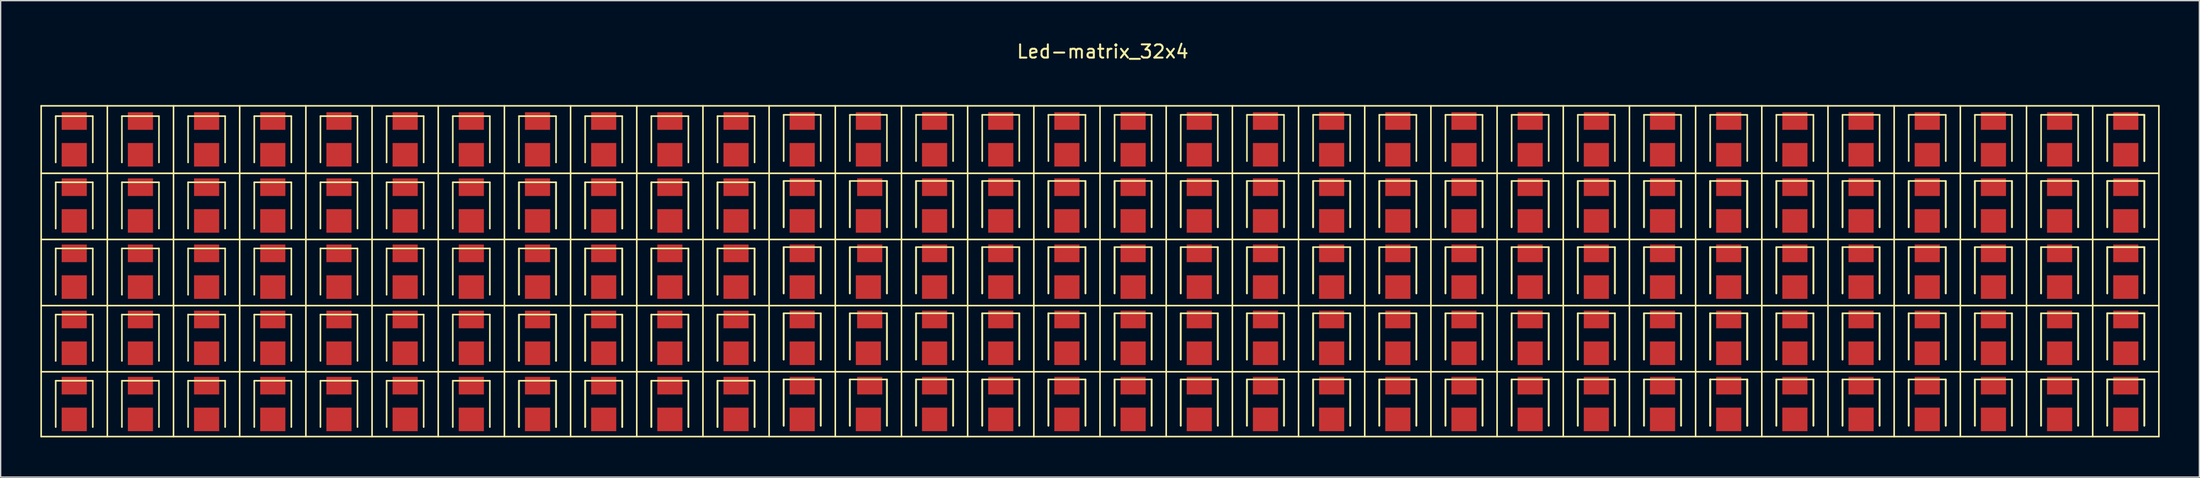
<source format=kicad_pcb>
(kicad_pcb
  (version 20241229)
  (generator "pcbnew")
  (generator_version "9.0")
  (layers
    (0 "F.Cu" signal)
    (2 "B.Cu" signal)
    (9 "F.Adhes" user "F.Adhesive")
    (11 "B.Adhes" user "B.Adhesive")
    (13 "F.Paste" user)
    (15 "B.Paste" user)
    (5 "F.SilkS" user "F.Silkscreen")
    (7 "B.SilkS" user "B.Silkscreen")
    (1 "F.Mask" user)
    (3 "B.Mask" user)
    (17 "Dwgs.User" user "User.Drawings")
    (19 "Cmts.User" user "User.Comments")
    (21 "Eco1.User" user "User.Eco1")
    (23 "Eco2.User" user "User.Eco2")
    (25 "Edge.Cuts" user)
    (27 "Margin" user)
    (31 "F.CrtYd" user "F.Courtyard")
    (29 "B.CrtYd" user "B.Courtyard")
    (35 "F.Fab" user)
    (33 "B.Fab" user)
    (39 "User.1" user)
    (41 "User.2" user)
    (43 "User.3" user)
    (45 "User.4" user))
  (footprint "Led-matrix_32x4"
    (layer "F.Cu")
    (at 80.06 17.448)
    (property "Reference" "Led-matrix_32x4" (at 0.2 -16.6 0) (layer "F.SilkS") (effects (font (size 1 1) (thickness 0.15))))
    (attr through_hole)
    (fp_line (start -80 -12.5) (end -80 12.5) (stroke (width 0.12) (type solid)) (layer "F.SilkS"))
    (fp_line (start -80 12.5) (end 80 12.5) (stroke (width 0.12) (type solid)) (layer "F.SilkS"))
    (fp_line (start -78.9 -11.72) (end -76.1 -11.72) (stroke (width 0.12) (type solid)) (layer "F.SilkS"))
    (fp_line (start -78.9 -8.22) (end -78.9 -11.72) (stroke (width 0.12) (type solid)) (layer "F.SilkS"))
    (fp_line (start -78.9 -6.72) (end -76.1 -6.72) (stroke (width 0.12) (type solid)) (layer "F.SilkS"))
    (fp_line (start -78.9 -3.22) (end -78.9 -6.72) (stroke (width 0.12) (type solid)) (layer "F.SilkS"))
    (fp_line (start -78.9 -1.72) (end -76.1 -1.72) (stroke (width 0.12) (type solid)) (layer "F.SilkS"))
    (fp_line (start -78.9 1.78) (end -78.9 -1.72) (stroke (width 0.12) (type solid)) (layer "F.SilkS"))
    (fp_line (start -78.9 3.28) (end -76.1 3.28) (stroke (width 0.12) (type solid)) (layer "F.SilkS"))
    (fp_line (start -78.9 6.78) (end -78.9 3.28) (stroke (width 0.12) (type solid)) (layer "F.SilkS"))
    (fp_line (start -78.9 8.28) (end -76.1 8.28) (stroke (width 0.12) (type solid)) (layer "F.SilkS"))
    (fp_line (start -78.9 11.78) (end -78.9 8.28) (stroke (width 0.12) (type solid)) (layer "F.SilkS"))
    (fp_line (start -76.1 -8.22) (end -76.1 -11.72) (stroke (width 0.12) (type solid)) (layer "F.SilkS"))
    (fp_line (start -76.1 -3.22) (end -76.1 -6.72) (stroke (width 0.12) (type solid)) (layer "F.SilkS"))
    (fp_line (start -76.1 1.78) (end -76.1 -1.72) (stroke (width 0.12) (type solid)) (layer "F.SilkS"))
    (fp_line (start -76.1 6.78) (end -76.1 3.28) (stroke (width 0.12) (type solid)) (layer "F.SilkS"))
    (fp_line (start -76.1 11.78) (end -76.1 8.28) (stroke (width 0.12) (type solid)) (layer "F.SilkS"))
    (fp_line (start -75 -12.5) (end -75 12.5) (stroke (width 0.12) (type solid)) (layer "F.SilkS"))
    (fp_line (start -73.9 -11.72) (end -71.1 -11.72) (stroke (width 0.12) (type solid)) (layer "F.SilkS"))
    (fp_line (start -73.9 -8.22) (end -73.9 -11.72) (stroke (width 0.12) (type solid)) (layer "F.SilkS"))
    (fp_line (start -73.9 -6.72) (end -71.1 -6.72) (stroke (width 0.12) (type solid)) (layer "F.SilkS"))
    (fp_line (start -73.9 -3.22) (end -73.9 -6.72) (stroke (width 0.12) (type solid)) (layer "F.SilkS"))
    (fp_line (start -73.9 -1.72) (end -71.1 -1.72) (stroke (width 0.12) (type solid)) (layer "F.SilkS"))
    (fp_line (start -73.9 1.78) (end -73.9 -1.72) (stroke (width 0.12) (type solid)) (layer "F.SilkS"))
    (fp_line (start -73.9 3.28) (end -71.1 3.28) (stroke (width 0.12) (type solid)) (layer "F.SilkS"))
    (fp_line (start -73.9 6.78) (end -73.9 3.28) (stroke (width 0.12) (type solid)) (layer "F.SilkS"))
    (fp_line (start -73.9 8.28) (end -71.1 8.28) (stroke (width 0.12) (type solid)) (layer "F.SilkS"))
    (fp_line (start -73.9 11.78) (end -73.9 8.28) (stroke (width 0.12) (type solid)) (layer "F.SilkS"))
    (fp_line (start -71.1 -8.22) (end -71.1 -11.72) (stroke (width 0.12) (type solid)) (layer "F.SilkS"))
    (fp_line (start -71.1 -3.22) (end -71.1 -6.72) (stroke (width 0.12) (type solid)) (layer "F.SilkS"))
    (fp_line (start -71.1 1.78) (end -71.1 -1.72) (stroke (width 0.12) (type solid)) (layer "F.SilkS"))
    (fp_line (start -71.1 6.78) (end -71.1 3.28) (stroke (width 0.12) (type solid)) (layer "F.SilkS"))
    (fp_line (start -71.1 11.78) (end -71.1 8.28) (stroke (width 0.12) (type solid)) (layer "F.SilkS"))
    (fp_line (start -70 -12.5) (end -70 12.5) (stroke (width 0.12) (type solid)) (layer "F.SilkS"))
    (fp_line (start -68.9 -11.72) (end -66.1 -11.72) (stroke (width 0.12) (type solid)) (layer "F.SilkS"))
    (fp_line (start -68.9 -8.22) (end -68.9 -11.72) (stroke (width 0.12) (type solid)) (layer "F.SilkS"))
    (fp_line (start -68.9 -6.72) (end -66.1 -6.72) (stroke (width 0.12) (type solid)) (layer "F.SilkS"))
    (fp_line (start -68.9 -3.22) (end -68.9 -6.72) (stroke (width 0.12) (type solid)) (layer "F.SilkS"))
    (fp_line (start -68.9 -1.72) (end -66.1 -1.72) (stroke (width 0.12) (type solid)) (layer "F.SilkS"))
    (fp_line (start -68.9 1.78) (end -68.9 -1.72) (stroke (width 0.12) (type solid)) (layer "F.SilkS"))
    (fp_line (start -68.9 3.28) (end -66.1 3.28) (stroke (width 0.12) (type solid)) (layer "F.SilkS"))
    (fp_line (start -68.9 6.78) (end -68.9 3.28) (stroke (width 0.12) (type solid)) (layer "F.SilkS"))
    (fp_line (start -68.9 8.28) (end -66.1 8.28) (stroke (width 0.12) (type solid)) (layer "F.SilkS"))
    (fp_line (start -68.9 11.78) (end -68.9 8.28) (stroke (width 0.12) (type solid)) (layer "F.SilkS"))
    (fp_line (start -66.1 -8.22) (end -66.1 -11.72) (stroke (width 0.12) (type solid)) (layer "F.SilkS"))
    (fp_line (start -66.1 -3.22) (end -66.1 -6.72) (stroke (width 0.12) (type solid)) (layer "F.SilkS"))
    (fp_line (start -66.1 1.78) (end -66.1 -1.72) (stroke (width 0.12) (type solid)) (layer "F.SilkS"))
    (fp_line (start -66.1 6.78) (end -66.1 3.28) (stroke (width 0.12) (type solid)) (layer "F.SilkS"))
    (fp_line (start -66.1 11.78) (end -66.1 8.28) (stroke (width 0.12) (type solid)) (layer "F.SilkS"))
    (fp_line (start -65 -12.5) (end -65 12.5) (stroke (width 0.12) (type solid)) (layer "F.SilkS"))
    (fp_line (start -63.9 -11.72) (end -61.1 -11.72) (stroke (width 0.12) (type solid)) (layer "F.SilkS"))
    (fp_line (start -63.9 -8.22) (end -63.9 -11.72) (stroke (width 0.12) (type solid)) (layer "F.SilkS"))
    (fp_line (start -63.9 -6.72) (end -61.1 -6.72) (stroke (width 0.12) (type solid)) (layer "F.SilkS"))
    (fp_line (start -63.9 -3.22) (end -63.9 -6.72) (stroke (width 0.12) (type solid)) (layer "F.SilkS"))
    (fp_line (start -63.9 -1.72) (end -61.1 -1.72) (stroke (width 0.12) (type solid)) (layer "F.SilkS"))
    (fp_line (start -63.9 1.78) (end -63.9 -1.72) (stroke (width 0.12) (type solid)) (layer "F.SilkS"))
    (fp_line (start -63.9 3.28) (end -61.1 3.28) (stroke (width 0.12) (type solid)) (layer "F.SilkS"))
    (fp_line (start -63.9 6.78) (end -63.9 3.28) (stroke (width 0.12) (type solid)) (layer "F.SilkS"))
    (fp_line (start -63.9 8.28) (end -61.1 8.28) (stroke (width 0.12) (type solid)) (layer "F.SilkS"))
    (fp_line (start -63.9 11.78) (end -63.9 8.28) (stroke (width 0.12) (type solid)) (layer "F.SilkS"))
    (fp_line (start -61.1 -8.22) (end -61.1 -11.72) (stroke (width 0.12) (type solid)) (layer "F.SilkS"))
    (fp_line (start -61.1 -3.22) (end -61.1 -6.72) (stroke (width 0.12) (type solid)) (layer "F.SilkS"))
    (fp_line (start -61.1 1.78) (end -61.1 -1.72) (stroke (width 0.12) (type solid)) (layer "F.SilkS"))
    (fp_line (start -61.1 6.78) (end -61.1 3.28) (stroke (width 0.12) (type solid)) (layer "F.SilkS"))
    (fp_line (start -61.1 11.78) (end -61.1 8.28) (stroke (width 0.12) (type solid)) (layer "F.SilkS"))
    (fp_line (start -60 -12.5) (end -60 12.5) (stroke (width 0.12) (type solid)) (layer "F.SilkS"))
    (fp_line (start -58.9 -11.72) (end -56.1 -11.72) (stroke (width 0.12) (type solid)) (layer "F.SilkS"))
    (fp_line (start -58.9 -8.22) (end -58.9 -11.72) (stroke (width 0.12) (type solid)) (layer "F.SilkS"))
    (fp_line (start -58.9 -6.72) (end -56.1 -6.72) (stroke (width 0.12) (type solid)) (layer "F.SilkS"))
    (fp_line (start -58.9 -3.22) (end -58.9 -6.72) (stroke (width 0.12) (type solid)) (layer "F.SilkS"))
    (fp_line (start -58.9 -1.72) (end -56.1 -1.72) (stroke (width 0.12) (type solid)) (layer "F.SilkS"))
    (fp_line (start -58.9 1.78) (end -58.9 -1.72) (stroke (width 0.12) (type solid)) (layer "F.SilkS"))
    (fp_line (start -58.9 3.28) (end -56.1 3.28) (stroke (width 0.12) (type solid)) (layer "F.SilkS"))
    (fp_line (start -58.9 6.78) (end -58.9 3.28) (stroke (width 0.12) (type solid)) (layer "F.SilkS"))
    (fp_line (start -58.9 8.28) (end -56.1 8.28) (stroke (width 0.12) (type solid)) (layer "F.SilkS"))
    (fp_line (start -58.9 11.78) (end -58.9 8.28) (stroke (width 0.12) (type solid)) (layer "F.SilkS"))
    (fp_line (start -56.1 -8.22) (end -56.1 -11.72) (stroke (width 0.12) (type solid)) (layer "F.SilkS"))
    (fp_line (start -56.1 -3.22) (end -56.1 -6.72) (stroke (width 0.12) (type solid)) (layer "F.SilkS"))
    (fp_line (start -56.1 1.78) (end -56.1 -1.72) (stroke (width 0.12) (type solid)) (layer "F.SilkS"))
    (fp_line (start -56.1 6.78) (end -56.1 3.28) (stroke (width 0.12) (type solid)) (layer "F.SilkS"))
    (fp_line (start -56.1 11.78) (end -56.1 8.28) (stroke (width 0.12) (type solid)) (layer "F.SilkS"))
    (fp_line (start -55 -12.5) (end -55 12.5) (stroke (width 0.12) (type solid)) (layer "F.SilkS"))
    (fp_line (start -53.9 -11.72) (end -51.1 -11.72) (stroke (width 0.12) (type solid)) (layer "F.SilkS"))
    (fp_line (start -53.9 -8.22) (end -53.9 -11.72) (stroke (width 0.12) (type solid)) (layer "F.SilkS"))
    (fp_line (start -53.9 -6.72) (end -51.1 -6.72) (stroke (width 0.12) (type solid)) (layer "F.SilkS"))
    (fp_line (start -53.9 -3.22) (end -53.9 -6.72) (stroke (width 0.12) (type solid)) (layer "F.SilkS"))
    (fp_line (start -53.9 -1.72) (end -51.1 -1.72) (stroke (width 0.12) (type solid)) (layer "F.SilkS"))
    (fp_line (start -53.9 1.78) (end -53.9 -1.72) (stroke (width 0.12) (type solid)) (layer "F.SilkS"))
    (fp_line (start -53.9 3.28) (end -51.1 3.28) (stroke (width 0.12) (type solid)) (layer "F.SilkS"))
    (fp_line (start -53.9 6.78) (end -53.9 3.28) (stroke (width 0.12) (type solid)) (layer "F.SilkS"))
    (fp_line (start -53.9 8.28) (end -51.1 8.28) (stroke (width 0.12) (type solid)) (layer "F.SilkS"))
    (fp_line (start -53.9 11.78) (end -53.9 8.28) (stroke (width 0.12) (type solid)) (layer "F.SilkS"))
    (fp_line (start -51.1 -8.22) (end -51.1 -11.72) (stroke (width 0.12) (type solid)) (layer "F.SilkS"))
    (fp_line (start -51.1 -3.22) (end -51.1 -6.72) (stroke (width 0.12) (type solid)) (layer "F.SilkS"))
    (fp_line (start -51.1 1.78) (end -51.1 -1.72) (stroke (width 0.12) (type solid)) (layer "F.SilkS"))
    (fp_line (start -51.1 6.78) (end -51.1 3.28) (stroke (width 0.12) (type solid)) (layer "F.SilkS"))
    (fp_line (start -51.1 11.78) (end -51.1 8.28) (stroke (width 0.12) (type solid)) (layer "F.SilkS"))
    (fp_line (start -50 -12.5) (end -50 12.5) (stroke (width 0.12) (type solid)) (layer "F.SilkS"))
    (fp_line (start -48.9 -11.72) (end -46.1 -11.72) (stroke (width 0.12) (type solid)) (layer "F.SilkS"))
    (fp_line (start -48.9 -8.22) (end -48.9 -11.72) (stroke (width 0.12) (type solid)) (layer "F.SilkS"))
    (fp_line (start -48.9 -6.72) (end -46.1 -6.72) (stroke (width 0.12) (type solid)) (layer "F.SilkS"))
    (fp_line (start -48.9 -3.22) (end -48.9 -6.72) (stroke (width 0.12) (type solid)) (layer "F.SilkS"))
    (fp_line (start -48.9 -1.72) (end -46.1 -1.72) (stroke (width 0.12) (type solid)) (layer "F.SilkS"))
    (fp_line (start -48.9 1.78) (end -48.9 -1.72) (stroke (width 0.12) (type solid)) (layer "F.SilkS"))
    (fp_line (start -48.9 3.28) (end -46.1 3.28) (stroke (width 0.12) (type solid)) (layer "F.SilkS"))
    (fp_line (start -48.9 6.78) (end -48.9 3.28) (stroke (width 0.12) (type solid)) (layer "F.SilkS"))
    (fp_line (start -48.9 8.28) (end -46.1 8.28) (stroke (width 0.12) (type solid)) (layer "F.SilkS"))
    (fp_line (start -48.9 11.78) (end -48.9 8.28) (stroke (width 0.12) (type solid)) (layer "F.SilkS"))
    (fp_line (start -46.1 -8.22) (end -46.1 -11.72) (stroke (width 0.12) (type solid)) (layer "F.SilkS"))
    (fp_line (start -46.1 -3.22) (end -46.1 -6.72) (stroke (width 0.12) (type solid)) (layer "F.SilkS"))
    (fp_line (start -46.1 1.78) (end -46.1 -1.72) (stroke (width 0.12) (type solid)) (layer "F.SilkS"))
    (fp_line (start -46.1 6.78) (end -46.1 3.28) (stroke (width 0.12) (type solid)) (layer "F.SilkS"))
    (fp_line (start -46.1 11.78) (end -46.1 8.28) (stroke (width 0.12) (type solid)) (layer "F.SilkS"))
    (fp_line (start -45 -12.5) (end -45 12.5) (stroke (width 0.12) (type solid)) (layer "F.SilkS"))
    (fp_line (start -43.9 -11.72) (end -41.1 -11.72) (stroke (width 0.12) (type solid)) (layer "F.SilkS"))
    (fp_line (start -43.9 -8.22) (end -43.9 -11.72) (stroke (width 0.12) (type solid)) (layer "F.SilkS"))
    (fp_line (start -43.9 -6.72) (end -41.1 -6.72) (stroke (width 0.12) (type solid)) (layer "F.SilkS"))
    (fp_line (start -43.9 -3.22) (end -43.9 -6.72) (stroke (width 0.12) (type solid)) (layer "F.SilkS"))
    (fp_line (start -43.9 -3.22) (end -43.9 -6.72) (stroke (width 0.12) (type solid)) (layer "F.SilkS"))
    (fp_line (start -43.9 -1.72) (end -41.1 -1.72) (stroke (width 0.12) (type solid)) (layer "F.SilkS"))
    (fp_line (start -43.9 1.78) (end -43.9 -1.72) (stroke (width 0.12) (type solid)) (layer "F.SilkS"))
    (fp_line (start -43.9 1.78) (end -43.9 -1.72) (stroke (width 0.12) (type solid)) (layer "F.SilkS"))
    (fp_line (start -43.9 3.28) (end -41.1 3.28) (stroke (width 0.12) (type solid)) (layer "F.SilkS"))
    (fp_line (start -43.9 6.78) (end -43.9 3.28) (stroke (width 0.12) (type solid)) (layer "F.SilkS"))
    (fp_line (start -43.9 6.78) (end -43.9 3.28) (stroke (width 0.12) (type solid)) (layer "F.SilkS"))
    (fp_line (start -43.9 8.28) (end -41.1 8.28) (stroke (width 0.12) (type solid)) (layer "F.SilkS"))
    (fp_line (start -43.9 11.78) (end -43.9 8.28) (stroke (width 0.12) (type solid)) (layer "F.SilkS"))
    (fp_line (start -43.9 11.78) (end -43.9 8.28) (stroke (width 0.12) (type solid)) (layer "F.SilkS"))
    (fp_line (start -41.1 -8.22) (end -41.1 -11.72) (stroke (width 0.12) (type solid)) (layer "F.SilkS"))
    (fp_line (start -41.1 -3.22) (end -41.1 -6.72) (stroke (width 0.12) (type solid)) (layer "F.SilkS"))
    (fp_line (start -41.1 -3.22) (end -41.1 -6.72) (stroke (width 0.12) (type solid)) (layer "F.SilkS"))
    (fp_line (start -41.1 1.78) (end -41.1 -1.72) (stroke (width 0.12) (type solid)) (layer "F.SilkS"))
    (fp_line (start -41.1 1.78) (end -41.1 -1.72) (stroke (width 0.12) (type solid)) (layer "F.SilkS"))
    (fp_line (start -41.1 6.78) (end -41.1 3.28) (stroke (width 0.12) (type solid)) (layer "F.SilkS"))
    (fp_line (start -41.1 6.78) (end -41.1 3.28) (stroke (width 0.12) (type solid)) (layer "F.SilkS"))
    (fp_line (start -41.1 11.78) (end -41.1 8.28) (stroke (width 0.12) (type solid)) (layer "F.SilkS"))
    (fp_line (start -41.1 11.78) (end -41.1 8.28) (stroke (width 0.12) (type solid)) (layer "F.SilkS"))
    (fp_line (start -40 -12.5) (end -40 12.5) (stroke (width 0.12) (type solid)) (layer "F.SilkS"))
    (fp_line (start -38.9 -11.72) (end -36.1 -11.72) (stroke (width 0.12) (type solid)) (layer "F.SilkS"))
    (fp_line (start -38.9 -8.22) (end -38.9 -11.72) (stroke (width 0.12) (type solid)) (layer "F.SilkS"))
    (fp_line (start -38.9 -6.72) (end -36.1 -6.72) (stroke (width 0.12) (type solid)) (layer "F.SilkS"))
    (fp_line (start -38.9 -3.22) (end -38.9 -6.72) (stroke (width 0.12) (type solid)) (layer "F.SilkS"))
    (fp_line (start -38.9 -3.22) (end -38.9 -6.72) (stroke (width 0.12) (type solid)) (layer "F.SilkS"))
    (fp_line (start -38.9 -1.72) (end -36.1 -1.72) (stroke (width 0.12) (type solid)) (layer "F.SilkS"))
    (fp_line (start -38.9 1.78) (end -38.9 -1.72) (stroke (width 0.12) (type solid)) (layer "F.SilkS"))
    (fp_line (start -38.9 1.78) (end -38.9 -1.72) (stroke (width 0.12) (type solid)) (layer "F.SilkS"))
    (fp_line (start -38.9 3.28) (end -36.1 3.28) (stroke (width 0.12) (type solid)) (layer "F.SilkS"))
    (fp_line (start -38.9 6.78) (end -38.9 3.28) (stroke (width 0.12) (type solid)) (layer "F.SilkS"))
    (fp_line (start -38.9 6.78) (end -38.9 3.28) (stroke (width 0.12) (type solid)) (layer "F.SilkS"))
    (fp_line (start -38.9 8.28) (end -36.1 8.28) (stroke (width 0.12) (type solid)) (layer "F.SilkS"))
    (fp_line (start -38.9 11.78) (end -38.9 8.28) (stroke (width 0.12) (type solid)) (layer "F.SilkS"))
    (fp_line (start -38.9 11.78) (end -38.9 8.28) (stroke (width 0.12) (type solid)) (layer "F.SilkS"))
    (fp_line (start -36.1 -8.22) (end -36.1 -11.72) (stroke (width 0.12) (type solid)) (layer "F.SilkS"))
    (fp_line (start -36.1 -3.22) (end -36.1 -6.72) (stroke (width 0.12) (type solid)) (layer "F.SilkS"))
    (fp_line (start -36.1 -3.22) (end -36.1 -6.72) (stroke (width 0.12) (type solid)) (layer "F.SilkS"))
    (fp_line (start -36.1 1.78) (end -36.1 -1.72) (stroke (width 0.12) (type solid)) (layer "F.SilkS"))
    (fp_line (start -36.1 1.78) (end -36.1 -1.72) (stroke (width 0.12) (type solid)) (layer "F.SilkS"))
    (fp_line (start -36.1 6.78) (end -36.1 3.28) (stroke (width 0.12) (type solid)) (layer "F.SilkS"))
    (fp_line (start -36.1 6.78) (end -36.1 3.28) (stroke (width 0.12) (type solid)) (layer "F.SilkS"))
    (fp_line (start -36.1 11.78) (end -36.1 8.28) (stroke (width 0.12) (type solid)) (layer "F.SilkS"))
    (fp_line (start -36.1 11.78) (end -36.1 8.28) (stroke (width 0.12) (type solid)) (layer "F.SilkS"))
    (fp_line (start -35 -12.5) (end -35 12.5) (stroke (width 0.12) (type solid)) (layer "F.SilkS"))
    (fp_line (start -33.9 -11.72) (end -31.1 -11.72) (stroke (width 0.12) (type solid)) (layer "F.SilkS"))
    (fp_line (start -33.9 -8.22) (end -33.9 -11.72) (stroke (width 0.12) (type solid)) (layer "F.SilkS"))
    (fp_line (start -33.9 -6.72) (end -31.1 -6.72) (stroke (width 0.12) (type solid)) (layer "F.SilkS"))
    (fp_line (start -33.9 -3.22) (end -33.9 -6.72) (stroke (width 0.12) (type solid)) (layer "F.SilkS"))
    (fp_line (start -33.9 -3.22) (end -33.9 -6.72) (stroke (width 0.12) (type solid)) (layer "F.SilkS"))
    (fp_line (start -33.9 -1.72) (end -31.1 -1.72) (stroke (width 0.12) (type solid)) (layer "F.SilkS"))
    (fp_line (start -33.9 1.78) (end -33.9 -1.72) (stroke (width 0.12) (type solid)) (layer "F.SilkS"))
    (fp_line (start -33.9 1.78) (end -33.9 -1.72) (stroke (width 0.12) (type solid)) (layer "F.SilkS"))
    (fp_line (start -33.9 3.28) (end -31.1 3.28) (stroke (width 0.12) (type solid)) (layer "F.SilkS"))
    (fp_line (start -33.9 6.78) (end -33.9 3.28) (stroke (width 0.12) (type solid)) (layer "F.SilkS"))
    (fp_line (start -33.9 6.78) (end -33.9 3.28) (stroke (width 0.12) (type solid)) (layer "F.SilkS"))
    (fp_line (start -33.9 8.28) (end -31.1 8.28) (stroke (width 0.12) (type solid)) (layer "F.SilkS"))
    (fp_line (start -33.9 11.78) (end -33.9 8.28) (stroke (width 0.12) (type solid)) (layer "F.SilkS"))
    (fp_line (start -33.9 11.78) (end -33.9 8.28) (stroke (width 0.12) (type solid)) (layer "F.SilkS"))
    (fp_line (start -31.1 -8.22) (end -31.1 -11.72) (stroke (width 0.12) (type solid)) (layer "F.SilkS"))
    (fp_line (start -31.1 -3.22) (end -31.1 -6.72) (stroke (width 0.12) (type solid)) (layer "F.SilkS"))
    (fp_line (start -31.1 -3.22) (end -31.1 -6.72) (stroke (width 0.12) (type solid)) (layer "F.SilkS"))
    (fp_line (start -31.1 1.78) (end -31.1 -1.72) (stroke (width 0.12) (type solid)) (layer "F.SilkS"))
    (fp_line (start -31.1 1.78) (end -31.1 -1.72) (stroke (width 0.12) (type solid)) (layer "F.SilkS"))
    (fp_line (start -31.1 6.78) (end -31.1 3.28) (stroke (width 0.12) (type solid)) (layer "F.SilkS"))
    (fp_line (start -31.1 6.78) (end -31.1 3.28) (stroke (width 0.12) (type solid)) (layer "F.SilkS"))
    (fp_line (start -31.1 11.78) (end -31.1 8.28) (stroke (width 0.12) (type solid)) (layer "F.SilkS"))
    (fp_line (start -31.1 11.78) (end -31.1 8.28) (stroke (width 0.12) (type solid)) (layer "F.SilkS"))
    (fp_line (start -30 -12.5) (end -30 12.5) (stroke (width 0.12) (type solid)) (layer "F.SilkS"))
    (fp_line (start -28.9 -11.72) (end -26.1 -11.72) (stroke (width 0.12) (type solid)) (layer "F.SilkS"))
    (fp_line (start -28.9 -8.22) (end -28.9 -11.72) (stroke (width 0.12) (type solid)) (layer "F.SilkS"))
    (fp_line (start -28.9 -6.72) (end -26.1 -6.72) (stroke (width 0.12) (type solid)) (layer "F.SilkS"))
    (fp_line (start -28.9 -3.22) (end -28.9 -6.72) (stroke (width 0.12) (type solid)) (layer "F.SilkS"))
    (fp_line (start -28.9 -3.22) (end -28.9 -6.72) (stroke (width 0.12) (type solid)) (layer "F.SilkS"))
    (fp_line (start -28.9 -1.72) (end -26.1 -1.72) (stroke (width 0.12) (type solid)) (layer "F.SilkS"))
    (fp_line (start -28.9 1.78) (end -28.9 -1.72) (stroke (width 0.12) (type solid)) (layer "F.SilkS"))
    (fp_line (start -28.9 1.78) (end -28.9 -1.72) (stroke (width 0.12) (type solid)) (layer "F.SilkS"))
    (fp_line (start -28.9 3.28) (end -26.1 3.28) (stroke (width 0.12) (type solid)) (layer "F.SilkS"))
    (fp_line (start -28.9 6.78) (end -28.9 3.28) (stroke (width 0.12) (type solid)) (layer "F.SilkS"))
    (fp_line (start -28.9 6.78) (end -28.9 3.28) (stroke (width 0.12) (type solid)) (layer "F.SilkS"))
    (fp_line (start -28.9 8.28) (end -26.1 8.28) (stroke (width 0.12) (type solid)) (layer "F.SilkS"))
    (fp_line (start -28.9 11.78) (end -28.9 8.28) (stroke (width 0.12) (type solid)) (layer "F.SilkS"))
    (fp_line (start -28.9 11.78) (end -28.9 8.28) (stroke (width 0.12) (type solid)) (layer "F.SilkS"))
    (fp_line (start -26.1 -8.22) (end -26.1 -11.72) (stroke (width 0.12) (type solid)) (layer "F.SilkS"))
    (fp_line (start -26.1 -3.22) (end -26.1 -6.72) (stroke (width 0.12) (type solid)) (layer "F.SilkS"))
    (fp_line (start -26.1 -3.22) (end -26.1 -6.72) (stroke (width 0.12) (type solid)) (layer "F.SilkS"))
    (fp_line (start -26.1 1.78) (end -26.1 -1.72) (stroke (width 0.12) (type solid)) (layer "F.SilkS"))
    (fp_line (start -26.1 1.78) (end -26.1 -1.72) (stroke (width 0.12) (type solid)) (layer "F.SilkS"))
    (fp_line (start -26.1 6.78) (end -26.1 3.28) (stroke (width 0.12) (type solid)) (layer "F.SilkS"))
    (fp_line (start -26.1 6.78) (end -26.1 3.28) (stroke (width 0.12) (type solid)) (layer "F.SilkS"))
    (fp_line (start -26.1 11.78) (end -26.1 8.28) (stroke (width 0.12) (type solid)) (layer "F.SilkS"))
    (fp_line (start -26.1 11.78) (end -26.1 8.28) (stroke (width 0.12) (type solid)) (layer "F.SilkS"))
    (fp_line (start -25 -12.5) (end -25 12.5) (stroke (width 0.12) (type solid)) (layer "F.SilkS"))
    (fp_line (start -23.9 -11.82) (end -21.1 -11.82) (stroke (width 0.12) (type solid)) (layer "F.SilkS"))
    (fp_line (start -23.9 -8.32) (end -23.9 -11.82) (stroke (width 0.12) (type solid)) (layer "F.SilkS"))
    (fp_line (start -23.9 -6.82) (end -21.1 -6.82) (stroke (width 0.12) (type solid)) (layer "F.SilkS"))
    (fp_line (start -23.9 -3.32) (end -23.9 -6.82) (stroke (width 0.12) (type solid)) (layer "F.SilkS"))
    (fp_line (start -23.9 -3.32) (end -23.9 -6.82) (stroke (width 0.12) (type solid)) (layer "F.SilkS"))
    (fp_line (start -23.9 -1.82) (end -21.1 -1.82) (stroke (width 0.12) (type solid)) (layer "F.SilkS"))
    (fp_line (start -23.9 1.68) (end -23.9 -1.82) (stroke (width 0.12) (type solid)) (layer "F.SilkS"))
    (fp_line (start -23.9 1.68) (end -23.9 -1.82) (stroke (width 0.12) (type solid)) (layer "F.SilkS"))
    (fp_line (start -23.9 3.18) (end -21.1 3.18) (stroke (width 0.12) (type solid)) (layer "F.SilkS"))
    (fp_line (start -23.9 6.68) (end -23.9 3.18) (stroke (width 0.12) (type solid)) (layer "F.SilkS"))
    (fp_line (start -23.9 6.68) (end -23.9 3.18) (stroke (width 0.12) (type solid)) (layer "F.SilkS"))
    (fp_line (start -23.9 8.18) (end -21.1 8.18) (stroke (width 0.12) (type solid)) (layer "F.SilkS"))
    (fp_line (start -23.9 11.68) (end -23.9 8.18) (stroke (width 0.12) (type solid)) (layer "F.SilkS"))
    (fp_line (start -23.9 11.68) (end -23.9 8.18) (stroke (width 0.12) (type solid)) (layer "F.SilkS"))
    (fp_line (start -21.1 -8.32) (end -21.1 -11.82) (stroke (width 0.12) (type solid)) (layer "F.SilkS"))
    (fp_line (start -21.1 -3.32) (end -21.1 -6.82) (stroke (width 0.12) (type solid)) (layer "F.SilkS"))
    (fp_line (start -21.1 -3.32) (end -21.1 -6.82) (stroke (width 0.12) (type solid)) (layer "F.SilkS"))
    (fp_line (start -21.1 1.68) (end -21.1 -1.82) (stroke (width 0.12) (type solid)) (layer "F.SilkS"))
    (fp_line (start -21.1 1.68) (end -21.1 -1.82) (stroke (width 0.12) (type solid)) (layer "F.SilkS"))
    (fp_line (start -21.1 6.68) (end -21.1 3.18) (stroke (width 0.12) (type solid)) (layer "F.SilkS"))
    (fp_line (start -21.1 6.68) (end -21.1 3.18) (stroke (width 0.12) (type solid)) (layer "F.SilkS"))
    (fp_line (start -21.1 11.68) (end -21.1 8.18) (stroke (width 0.12) (type solid)) (layer "F.SilkS"))
    (fp_line (start -21.1 11.68) (end -21.1 8.18) (stroke (width 0.12) (type solid)) (layer "F.SilkS"))
    (fp_line (start -20 -12.5) (end -20 12.5) (stroke (width 0.12) (type solid)) (layer "F.SilkS"))
    (fp_line (start -18.9 -11.82) (end -16.1 -11.82) (stroke (width 0.12) (type solid)) (layer "F.SilkS"))
    (fp_line (start -18.9 -8.32) (end -18.9 -11.82) (stroke (width 0.12) (type solid)) (layer "F.SilkS"))
    (fp_line (start -18.9 -6.82) (end -16.1 -6.82) (stroke (width 0.12) (type solid)) (layer "F.SilkS"))
    (fp_line (start -18.9 -3.32) (end -18.9 -6.82) (stroke (width 0.12) (type solid)) (layer "F.SilkS"))
    (fp_line (start -18.9 -3.32) (end -18.9 -6.82) (stroke (width 0.12) (type solid)) (layer "F.SilkS"))
    (fp_line (start -18.9 -1.82) (end -16.1 -1.82) (stroke (width 0.12) (type solid)) (layer "F.SilkS"))
    (fp_line (start -18.9 1.68) (end -18.9 -1.82) (stroke (width 0.12) (type solid)) (layer "F.SilkS"))
    (fp_line (start -18.9 1.68) (end -18.9 -1.82) (stroke (width 0.12) (type solid)) (layer "F.SilkS"))
    (fp_line (start -18.9 3.18) (end -16.1 3.18) (stroke (width 0.12) (type solid)) (layer "F.SilkS"))
    (fp_line (start -18.9 6.68) (end -18.9 3.18) (stroke (width 0.12) (type solid)) (layer "F.SilkS"))
    (fp_line (start -18.9 6.68) (end -18.9 3.18) (stroke (width 0.12) (type solid)) (layer "F.SilkS"))
    (fp_line (start -18.9 8.18) (end -16.1 8.18) (stroke (width 0.12) (type solid)) (layer "F.SilkS"))
    (fp_line (start -18.9 11.68) (end -18.9 8.18) (stroke (width 0.12) (type solid)) (layer "F.SilkS"))
    (fp_line (start -18.9 11.68) (end -18.9 8.18) (stroke (width 0.12) (type solid)) (layer "F.SilkS"))
    (fp_line (start -16.1 -8.32) (end -16.1 -11.82) (stroke (width 0.12) (type solid)) (layer "F.SilkS"))
    (fp_line (start -16.1 -3.32) (end -16.1 -6.82) (stroke (width 0.12) (type solid)) (layer "F.SilkS"))
    (fp_line (start -16.1 -3.32) (end -16.1 -6.82) (stroke (width 0.12) (type solid)) (layer "F.SilkS"))
    (fp_line (start -16.1 1.68) (end -16.1 -1.82) (stroke (width 0.12) (type solid)) (layer "F.SilkS"))
    (fp_line (start -16.1 1.68) (end -16.1 -1.82) (stroke (width 0.12) (type solid)) (layer "F.SilkS"))
    (fp_line (start -16.1 6.68) (end -16.1 3.18) (stroke (width 0.12) (type solid)) (layer "F.SilkS"))
    (fp_line (start -16.1 6.68) (end -16.1 3.18) (stroke (width 0.12) (type solid)) (layer "F.SilkS"))
    (fp_line (start -16.1 11.68) (end -16.1 8.18) (stroke (width 0.12) (type solid)) (layer "F.SilkS"))
    (fp_line (start -16.1 11.68) (end -16.1 8.18) (stroke (width 0.12) (type solid)) (layer "F.SilkS"))
    (fp_line (start -15 -12.5) (end -15 12.5) (stroke (width 0.12) (type solid)) (layer "F.SilkS"))
    (fp_line (start -13.9 -11.82) (end -11.1 -11.82) (stroke (width 0.12) (type solid)) (layer "F.SilkS"))
    (fp_line (start -13.9 -8.32) (end -13.9 -11.82) (stroke (width 0.12) (type solid)) (layer "F.SilkS"))
    (fp_line (start -13.9 -6.82) (end -11.1 -6.82) (stroke (width 0.12) (type solid)) (layer "F.SilkS"))
    (fp_line (start -13.9 -3.32) (end -13.9 -6.82) (stroke (width 0.12) (type solid)) (layer "F.SilkS"))
    (fp_line (start -13.9 -3.32) (end -13.9 -6.82) (stroke (width 0.12) (type solid)) (layer "F.SilkS"))
    (fp_line (start -13.9 -1.82) (end -11.1 -1.82) (stroke (width 0.12) (type solid)) (layer "F.SilkS"))
    (fp_line (start -13.9 1.68) (end -13.9 -1.82) (stroke (width 0.12) (type solid)) (layer "F.SilkS"))
    (fp_line (start -13.9 1.68) (end -13.9 -1.82) (stroke (width 0.12) (type solid)) (layer "F.SilkS"))
    (fp_line (start -13.9 3.18) (end -11.1 3.18) (stroke (width 0.12) (type solid)) (layer "F.SilkS"))
    (fp_line (start -13.9 6.68) (end -13.9 3.18) (stroke (width 0.12) (type solid)) (layer "F.SilkS"))
    (fp_line (start -13.9 6.68) (end -13.9 3.18) (stroke (width 0.12) (type solid)) (layer "F.SilkS"))
    (fp_line (start -13.9 8.18) (end -11.1 8.18) (stroke (width 0.12) (type solid)) (layer "F.SilkS"))
    (fp_line (start -13.9 11.68) (end -13.9 8.18) (stroke (width 0.12) (type solid)) (layer "F.SilkS"))
    (fp_line (start -13.9 11.68) (end -13.9 8.18) (stroke (width 0.12) (type solid)) (layer "F.SilkS"))
    (fp_line (start -11.1 -8.32) (end -11.1 -11.82) (stroke (width 0.12) (type solid)) (layer "F.SilkS"))
    (fp_line (start -11.1 -3.32) (end -11.1 -6.82) (stroke (width 0.12) (type solid)) (layer "F.SilkS"))
    (fp_line (start -11.1 -3.32) (end -11.1 -6.82) (stroke (width 0.12) (type solid)) (layer "F.SilkS"))
    (fp_line (start -11.1 1.68) (end -11.1 -1.82) (stroke (width 0.12) (type solid)) (layer "F.SilkS"))
    (fp_line (start -11.1 1.68) (end -11.1 -1.82) (stroke (width 0.12) (type solid)) (layer "F.SilkS"))
    (fp_line (start -11.1 6.68) (end -11.1 3.18) (stroke (width 0.12) (type solid)) (layer "F.SilkS"))
    (fp_line (start -11.1 6.68) (end -11.1 3.18) (stroke (width 0.12) (type solid)) (layer "F.SilkS"))
    (fp_line (start -11.1 11.68) (end -11.1 8.18) (stroke (width 0.12) (type solid)) (layer "F.SilkS"))
    (fp_line (start -11.1 11.68) (end -11.1 8.18) (stroke (width 0.12) (type solid)) (layer "F.SilkS"))
    (fp_line (start -10 -12.5) (end -10 12.5) (stroke (width 0.12) (type solid)) (layer "F.SilkS"))
    (fp_line (start -8.9 -11.82) (end -6.1 -11.82) (stroke (width 0.12) (type solid)) (layer "F.SilkS"))
    (fp_line (start -8.9 -8.32) (end -8.9 -11.82) (stroke (width 0.12) (type solid)) (layer "F.SilkS"))
    (fp_line (start -8.9 -6.82) (end -6.1 -6.82) (stroke (width 0.12) (type solid)) (layer "F.SilkS"))
    (fp_line (start -8.9 -3.32) (end -8.9 -6.82) (stroke (width 0.12) (type solid)) (layer "F.SilkS"))
    (fp_line (start -8.9 -3.32) (end -8.9 -6.82) (stroke (width 0.12) (type solid)) (layer "F.SilkS"))
    (fp_line (start -8.9 -1.82) (end -6.1 -1.82) (stroke (width 0.12) (type solid)) (layer "F.SilkS"))
    (fp_line (start -8.9 1.68) (end -8.9 -1.82) (stroke (width 0.12) (type solid)) (layer "F.SilkS"))
    (fp_line (start -8.9 1.68) (end -8.9 -1.82) (stroke (width 0.12) (type solid)) (layer "F.SilkS"))
    (fp_line (start -8.9 3.18) (end -6.1 3.18) (stroke (width 0.12) (type solid)) (layer "F.SilkS"))
    (fp_line (start -8.9 6.68) (end -8.9 3.18) (stroke (width 0.12) (type solid)) (layer "F.SilkS"))
    (fp_line (start -8.9 6.68) (end -8.9 3.18) (stroke (width 0.12) (type solid)) (layer "F.SilkS"))
    (fp_line (start -8.9 8.18) (end -6.1 8.18) (stroke (width 0.12) (type solid)) (layer "F.SilkS"))
    (fp_line (start -8.9 11.68) (end -8.9 8.18) (stroke (width 0.12) (type solid)) (layer "F.SilkS"))
    (fp_line (start -8.9 11.68) (end -8.9 8.18) (stroke (width 0.12) (type solid)) (layer "F.SilkS"))
    (fp_line (start -6.1 -8.32) (end -6.1 -11.82) (stroke (width 0.12) (type solid)) (layer "F.SilkS"))
    (fp_line (start -6.1 -3.32) (end -6.1 -6.82) (stroke (width 0.12) (type solid)) (layer "F.SilkS"))
    (fp_line (start -6.1 -3.32) (end -6.1 -6.82) (stroke (width 0.12) (type solid)) (layer "F.SilkS"))
    (fp_line (start -6.1 1.68) (end -6.1 -1.82) (stroke (width 0.12) (type solid)) (layer "F.SilkS"))
    (fp_line (start -6.1 1.68) (end -6.1 -1.82) (stroke (width 0.12) (type solid)) (layer "F.SilkS"))
    (fp_line (start -6.1 6.68) (end -6.1 3.18) (stroke (width 0.12) (type solid)) (layer "F.SilkS"))
    (fp_line (start -6.1 6.68) (end -6.1 3.18) (stroke (width 0.12) (type solid)) (layer "F.SilkS"))
    (fp_line (start -6.1 11.68) (end -6.1 8.18) (stroke (width 0.12) (type solid)) (layer "F.SilkS"))
    (fp_line (start -6.1 11.68) (end -6.1 8.18) (stroke (width 0.12) (type solid)) (layer "F.SilkS"))
    (fp_line (start -5 -12.5) (end -5 12.5) (stroke (width 0.12) (type solid)) (layer "F.SilkS"))
    (fp_line (start -3.9 -11.82) (end -1.1 -11.82) (stroke (width 0.12) (type solid)) (layer "F.SilkS"))
    (fp_line (start -3.9 -8.32) (end -3.9 -11.82) (stroke (width 0.12) (type solid)) (layer "F.SilkS"))
    (fp_line (start -3.9 -6.82) (end -1.1 -6.82) (stroke (width 0.12) (type solid)) (layer "F.SilkS"))
    (fp_line (start -3.9 -3.32) (end -3.9 -6.82) (stroke (width 0.12) (type solid)) (layer "F.SilkS"))
    (fp_line (start -3.9 -3.32) (end -3.9 -6.82) (stroke (width 0.12) (type solid)) (layer "F.SilkS"))
    (fp_line (start -3.9 -1.82) (end -1.1 -1.82) (stroke (width 0.12) (type solid)) (layer "F.SilkS"))
    (fp_line (start -3.9 1.68) (end -3.9 -1.82) (stroke (width 0.12) (type solid)) (layer "F.SilkS"))
    (fp_line (start -3.9 1.68) (end -3.9 -1.82) (stroke (width 0.12) (type solid)) (layer "F.SilkS"))
    (fp_line (start -3.9 3.18) (end -1.1 3.18) (stroke (width 0.12) (type solid)) (layer "F.SilkS"))
    (fp_line (start -3.9 6.68) (end -3.9 3.18) (stroke (width 0.12) (type solid)) (layer "F.SilkS"))
    (fp_line (start -3.9 6.68) (end -3.9 3.18) (stroke (width 0.12) (type solid)) (layer "F.SilkS"))
    (fp_line (start -3.9 8.18) (end -1.1 8.18) (stroke (width 0.12) (type solid)) (layer "F.SilkS"))
    (fp_line (start -3.9 11.68) (end -3.9 8.18) (stroke (width 0.12) (type solid)) (layer "F.SilkS"))
    (fp_line (start -3.9 11.68) (end -3.9 8.18) (stroke (width 0.12) (type solid)) (layer "F.SilkS"))
    (fp_line (start -1.1 -8.32) (end -1.1 -11.82) (stroke (width 0.12) (type solid)) (layer "F.SilkS"))
    (fp_line (start -1.1 -3.32) (end -1.1 -6.82) (stroke (width 0.12) (type solid)) (layer "F.SilkS"))
    (fp_line (start -1.1 -3.32) (end -1.1 -6.82) (stroke (width 0.12) (type solid)) (layer "F.SilkS"))
    (fp_line (start -1.1 1.68) (end -1.1 -1.82) (stroke (width 0.12) (type solid)) (layer "F.SilkS"))
    (fp_line (start -1.1 1.68) (end -1.1 -1.82) (stroke (width 0.12) (type solid)) (layer "F.SilkS"))
    (fp_line (start -1.1 6.68) (end -1.1 3.18) (stroke (width 0.12) (type solid)) (layer "F.SilkS"))
    (fp_line (start -1.1 6.68) (end -1.1 3.18) (stroke (width 0.12) (type solid)) (layer "F.SilkS"))
    (fp_line (start -1.1 11.68) (end -1.1 8.18) (stroke (width 0.12) (type solid)) (layer "F.SilkS"))
    (fp_line (start -1.1 11.68) (end -1.1 8.18) (stroke (width 0.12) (type solid)) (layer "F.SilkS"))
    (fp_line (start 0 -12.5) (end 0 12.5) (stroke (width 0.12) (type solid)) (layer "F.SilkS"))
    (fp_line (start 1.1 -11.82) (end 3.9 -11.82) (stroke (width 0.12) (type solid)) (layer "F.SilkS"))
    (fp_line (start 1.1 -8.32) (end 1.1 -11.82) (stroke (width 0.12) (type solid)) (layer "F.SilkS"))
    (fp_line (start 1.1 -6.82) (end 3.9 -6.82) (stroke (width 0.12) (type solid)) (layer "F.SilkS"))
    (fp_line (start 1.1 -3.32) (end 1.1 -6.82) (stroke (width 0.12) (type solid)) (layer "F.SilkS"))
    (fp_line (start 1.1 -3.32) (end 1.1 -6.82) (stroke (width 0.12) (type solid)) (layer "F.SilkS"))
    (fp_line (start 1.1 -1.82) (end 3.9 -1.82) (stroke (width 0.12) (type solid)) (layer "F.SilkS"))
    (fp_line (start 1.1 1.68) (end 1.1 -1.82) (stroke (width 0.12) (type solid)) (layer "F.SilkS"))
    (fp_line (start 1.1 1.68) (end 1.1 -1.82) (stroke (width 0.12) (type solid)) (layer "F.SilkS"))
    (fp_line (start 1.1 3.18) (end 3.9 3.18) (stroke (width 0.12) (type solid)) (layer "F.SilkS"))
    (fp_line (start 1.1 6.68) (end 1.1 3.18) (stroke (width 0.12) (type solid)) (layer "F.SilkS"))
    (fp_line (start 1.1 6.68) (end 1.1 3.18) (stroke (width 0.12) (type solid)) (layer "F.SilkS"))
    (fp_line (start 1.1 8.18) (end 3.9 8.18) (stroke (width 0.12) (type solid)) (layer "F.SilkS"))
    (fp_line (start 1.1 11.68) (end 1.1 8.18) (stroke (width 0.12) (type solid)) (layer "F.SilkS"))
    (fp_line (start 1.1 11.68) (end 1.1 8.18) (stroke (width 0.12) (type solid)) (layer "F.SilkS"))
    (fp_line (start 3.9 -8.32) (end 3.9 -11.82) (stroke (width 0.12) (type solid)) (layer "F.SilkS"))
    (fp_line (start 3.9 -3.32) (end 3.9 -6.82) (stroke (width 0.12) (type solid)) (layer "F.SilkS"))
    (fp_line (start 3.9 -3.32) (end 3.9 -6.82) (stroke (width 0.12) (type solid)) (layer "F.SilkS"))
    (fp_line (start 3.9 1.68) (end 3.9 -1.82) (stroke (width 0.12) (type solid)) (layer "F.SilkS"))
    (fp_line (start 3.9 1.68) (end 3.9 -1.82) (stroke (width 0.12) (type solid)) (layer "F.SilkS"))
    (fp_line (start 3.9 6.68) (end 3.9 3.18) (stroke (width 0.12) (type solid)) (layer "F.SilkS"))
    (fp_line (start 3.9 6.68) (end 3.9 3.18) (stroke (width 0.12) (type solid)) (layer "F.SilkS"))
    (fp_line (start 3.9 11.68) (end 3.9 8.18) (stroke (width 0.12) (type solid)) (layer "F.SilkS"))
    (fp_line (start 3.9 11.68) (end 3.9 8.18) (stroke (width 0.12) (type solid)) (layer "F.SilkS"))
    (fp_line (start 5 -12.5) (end 5 12.5) (stroke (width 0.12) (type solid)) (layer "F.SilkS"))
    (fp_line (start 6.1 -11.82) (end 8.9 -11.82) (stroke (width 0.12) (type solid)) (layer "F.SilkS"))
    (fp_line (start 6.1 -8.32) (end 6.1 -11.82) (stroke (width 0.12) (type solid)) (layer "F.SilkS"))
    (fp_line (start 6.1 -6.82) (end 8.9 -6.82) (stroke (width 0.12) (type solid)) (layer "F.SilkS"))
    (fp_line (start 6.1 -3.32) (end 6.1 -6.82) (stroke (width 0.12) (type solid)) (layer "F.SilkS"))
    (fp_line (start 6.1 -3.32) (end 6.1 -6.82) (stroke (width 0.12) (type solid)) (layer "F.SilkS"))
    (fp_line (start 6.1 -1.82) (end 8.9 -1.82) (stroke (width 0.12) (type solid)) (layer "F.SilkS"))
    (fp_line (start 6.1 1.68) (end 6.1 -1.82) (stroke (width 0.12) (type solid)) (layer "F.SilkS"))
    (fp_line (start 6.1 1.68) (end 6.1 -1.82) (stroke (width 0.12) (type solid)) (layer "F.SilkS"))
    (fp_line (start 6.1 3.18) (end 8.9 3.18) (stroke (width 0.12) (type solid)) (layer "F.SilkS"))
    (fp_line (start 6.1 6.68) (end 6.1 3.18) (stroke (width 0.12) (type solid)) (layer "F.SilkS"))
    (fp_line (start 6.1 6.68) (end 6.1 3.18) (stroke (width 0.12) (type solid)) (layer "F.SilkS"))
    (fp_line (start 6.1 8.18) (end 8.9 8.18) (stroke (width 0.12) (type solid)) (layer "F.SilkS"))
    (fp_line (start 6.1 11.68) (end 6.1 8.18) (stroke (width 0.12) (type solid)) (layer "F.SilkS"))
    (fp_line (start 6.1 11.68) (end 6.1 8.18) (stroke (width 0.12) (type solid)) (layer "F.SilkS"))
    (fp_line (start 8.9 -8.32) (end 8.9 -11.82) (stroke (width 0.12) (type solid)) (layer "F.SilkS"))
    (fp_line (start 8.9 -3.32) (end 8.9 -6.82) (stroke (width 0.12) (type solid)) (layer "F.SilkS"))
    (fp_line (start 8.9 -3.32) (end 8.9 -6.82) (stroke (width 0.12) (type solid)) (layer "F.SilkS"))
    (fp_line (start 8.9 1.68) (end 8.9 -1.82) (stroke (width 0.12) (type solid)) (layer "F.SilkS"))
    (fp_line (start 8.9 1.68) (end 8.9 -1.82) (stroke (width 0.12) (type solid)) (layer "F.SilkS"))
    (fp_line (start 8.9 6.68) (end 8.9 3.18) (stroke (width 0.12) (type solid)) (layer "F.SilkS"))
    (fp_line (start 8.9 6.68) (end 8.9 3.18) (stroke (width 0.12) (type solid)) (layer "F.SilkS"))
    (fp_line (start 8.9 11.68) (end 8.9 8.18) (stroke (width 0.12) (type solid)) (layer "F.SilkS"))
    (fp_line (start 8.9 11.68) (end 8.9 8.18) (stroke (width 0.12) (type solid)) (layer "F.SilkS"))
    (fp_line (start 10 -12.5) (end 10 12.5) (stroke (width 0.12) (type solid)) (layer "F.SilkS"))
    (fp_line (start 11.1 -11.82) (end 13.9 -11.82) (stroke (width 0.12) (type solid)) (layer "F.SilkS"))
    (fp_line (start 11.1 -8.32) (end 11.1 -11.82) (stroke (width 0.12) (type solid)) (layer "F.SilkS"))
    (fp_line (start 11.1 -6.82) (end 13.9 -6.82) (stroke (width 0.12) (type solid)) (layer "F.SilkS"))
    (fp_line (start 11.1 -3.32) (end 11.1 -6.82) (stroke (width 0.12) (type solid)) (layer "F.SilkS"))
    (fp_line (start 11.1 -3.32) (end 11.1 -6.82) (stroke (width 0.12) (type solid)) (layer "F.SilkS"))
    (fp_line (start 11.1 -1.82) (end 13.9 -1.82) (stroke (width 0.12) (type solid)) (layer "F.SilkS"))
    (fp_line (start 11.1 1.68) (end 11.1 -1.82) (stroke (width 0.12) (type solid)) (layer "F.SilkS"))
    (fp_line (start 11.1 1.68) (end 11.1 -1.82) (stroke (width 0.12) (type solid)) (layer "F.SilkS"))
    (fp_line (start 11.1 3.18) (end 13.9 3.18) (stroke (width 0.12) (type solid)) (layer "F.SilkS"))
    (fp_line (start 11.1 6.68) (end 11.1 3.18) (stroke (width 0.12) (type solid)) (layer "F.SilkS"))
    (fp_line (start 11.1 6.68) (end 11.1 3.18) (stroke (width 0.12) (type solid)) (layer "F.SilkS"))
    (fp_line (start 11.1 8.18) (end 13.9 8.18) (stroke (width 0.12) (type solid)) (layer "F.SilkS"))
    (fp_line (start 11.1 11.68) (end 11.1 8.18) (stroke (width 0.12) (type solid)) (layer "F.SilkS"))
    (fp_line (start 11.1 11.68) (end 11.1 8.18) (stroke (width 0.12) (type solid)) (layer "F.SilkS"))
    (fp_line (start 13.9 -8.32) (end 13.9 -11.82) (stroke (width 0.12) (type solid)) (layer "F.SilkS"))
    (fp_line (start 13.9 -3.32) (end 13.9 -6.82) (stroke (width 0.12) (type solid)) (layer "F.SilkS"))
    (fp_line (start 13.9 -3.32) (end 13.9 -6.82) (stroke (width 0.12) (type solid)) (layer "F.SilkS"))
    (fp_line (start 13.9 1.68) (end 13.9 -1.82) (stroke (width 0.12) (type solid)) (layer "F.SilkS"))
    (fp_line (start 13.9 1.68) (end 13.9 -1.82) (stroke (width 0.12) (type solid)) (layer "F.SilkS"))
    (fp_line (start 13.9 6.68) (end 13.9 3.18) (stroke (width 0.12) (type solid)) (layer "F.SilkS"))
    (fp_line (start 13.9 6.68) (end 13.9 3.18) (stroke (width 0.12) (type solid)) (layer "F.SilkS"))
    (fp_line (start 13.9 11.68) (end 13.9 8.18) (stroke (width 0.12) (type solid)) (layer "F.SilkS"))
    (fp_line (start 13.9 11.68) (end 13.9 8.18) (stroke (width 0.12) (type solid)) (layer "F.SilkS"))
    (fp_line (start 15 -12.5) (end 15 12.5) (stroke (width 0.12) (type solid)) (layer "F.SilkS"))
    (fp_line (start 16.1 -11.82) (end 18.9 -11.82) (stroke (width 0.12) (type solid)) (layer "F.SilkS"))
    (fp_line (start 16.1 -8.32) (end 16.1 -11.82) (stroke (width 0.12) (type solid)) (layer "F.SilkS"))
    (fp_line (start 16.1 -6.82) (end 18.9 -6.82) (stroke (width 0.12) (type solid)) (layer "F.SilkS"))
    (fp_line (start 16.1 -3.32) (end 16.1 -6.82) (stroke (width 0.12) (type solid)) (layer "F.SilkS"))
    (fp_line (start 16.1 -3.32) (end 16.1 -6.82) (stroke (width 0.12) (type solid)) (layer "F.SilkS"))
    (fp_line (start 16.1 -1.82) (end 18.9 -1.82) (stroke (width 0.12) (type solid)) (layer "F.SilkS"))
    (fp_line (start 16.1 1.68) (end 16.1 -1.82) (stroke (width 0.12) (type solid)) (layer "F.SilkS"))
    (fp_line (start 16.1 1.68) (end 16.1 -1.82) (stroke (width 0.12) (type solid)) (layer "F.SilkS"))
    (fp_line (start 16.1 3.18) (end 18.9 3.18) (stroke (width 0.12) (type solid)) (layer "F.SilkS"))
    (fp_line (start 16.1 6.68) (end 16.1 3.18) (stroke (width 0.12) (type solid)) (layer "F.SilkS"))
    (fp_line (start 16.1 6.68) (end 16.1 3.18) (stroke (width 0.12) (type solid)) (layer "F.SilkS"))
    (fp_line (start 16.1 8.18) (end 18.9 8.18) (stroke (width 0.12) (type solid)) (layer "F.SilkS"))
    (fp_line (start 16.1 11.68) (end 16.1 8.18) (stroke (width 0.12) (type solid)) (layer "F.SilkS"))
    (fp_line (start 16.1 11.68) (end 16.1 8.18) (stroke (width 0.12) (type solid)) (layer "F.SilkS"))
    (fp_line (start 18.9 -8.32) (end 18.9 -11.82) (stroke (width 0.12) (type solid)) (layer "F.SilkS"))
    (fp_line (start 18.9 -3.32) (end 18.9 -6.82) (stroke (width 0.12) (type solid)) (layer "F.SilkS"))
    (fp_line (start 18.9 -3.32) (end 18.9 -6.82) (stroke (width 0.12) (type solid)) (layer "F.SilkS"))
    (fp_line (start 18.9 1.68) (end 18.9 -1.82) (stroke (width 0.12) (type solid)) (layer "F.SilkS"))
    (fp_line (start 18.9 1.68) (end 18.9 -1.82) (stroke (width 0.12) (type solid)) (layer "F.SilkS"))
    (fp_line (start 18.9 6.68) (end 18.9 3.18) (stroke (width 0.12) (type solid)) (layer "F.SilkS"))
    (fp_line (start 18.9 6.68) (end 18.9 3.18) (stroke (width 0.12) (type solid)) (layer "F.SilkS"))
    (fp_line (start 18.9 11.68) (end 18.9 8.18) (stroke (width 0.12) (type solid)) (layer "F.SilkS"))
    (fp_line (start 18.9 11.68) (end 18.9 8.18) (stroke (width 0.12) (type solid)) (layer "F.SilkS"))
    (fp_line (start 20 -12.5) (end 20 12.5) (stroke (width 0.12) (type solid)) (layer "F.SilkS"))
    (fp_line (start 21.1 -11.82) (end 23.9 -11.82) (stroke (width 0.12) (type solid)) (layer "F.SilkS"))
    (fp_line (start 21.1 -8.32) (end 21.1 -11.82) (stroke (width 0.12) (type solid)) (layer "F.SilkS"))
    (fp_line (start 21.1 -6.82) (end 23.9 -6.82) (stroke (width 0.12) (type solid)) (layer "F.SilkS"))
    (fp_line (start 21.1 -3.32) (end 21.1 -6.82) (stroke (width 0.12) (type solid)) (layer "F.SilkS"))
    (fp_line (start 21.1 -3.32) (end 21.1 -6.82) (stroke (width 0.12) (type solid)) (layer "F.SilkS"))
    (fp_line (start 21.1 -1.82) (end 23.9 -1.82) (stroke (width 0.12) (type solid)) (layer "F.SilkS"))
    (fp_line (start 21.1 1.68) (end 21.1 -1.82) (stroke (width 0.12) (type solid)) (layer "F.SilkS"))
    (fp_line (start 21.1 1.68) (end 21.1 -1.82) (stroke (width 0.12) (type solid)) (layer "F.SilkS"))
    (fp_line (start 21.1 3.18) (end 23.9 3.18) (stroke (width 0.12) (type solid)) (layer "F.SilkS"))
    (fp_line (start 21.1 6.68) (end 21.1 3.18) (stroke (width 0.12) (type solid)) (layer "F.SilkS"))
    (fp_line (start 21.1 6.68) (end 21.1 3.18) (stroke (width 0.12) (type solid)) (layer "F.SilkS"))
    (fp_line (start 21.1 8.18) (end 23.9 8.18) (stroke (width 0.12) (type solid)) (layer "F.SilkS"))
    (fp_line (start 21.1 11.68) (end 21.1 8.18) (stroke (width 0.12) (type solid)) (layer "F.SilkS"))
    (fp_line (start 21.1 11.68) (end 21.1 8.18) (stroke (width 0.12) (type solid)) (layer "F.SilkS"))
    (fp_line (start 23.9 -8.32) (end 23.9 -11.82) (stroke (width 0.12) (type solid)) (layer "F.SilkS"))
    (fp_line (start 23.9 -3.32) (end 23.9 -6.82) (stroke (width 0.12) (type solid)) (layer "F.SilkS"))
    (fp_line (start 23.9 -3.32) (end 23.9 -6.82) (stroke (width 0.12) (type solid)) (layer "F.SilkS"))
    (fp_line (start 23.9 1.68) (end 23.9 -1.82) (stroke (width 0.12) (type solid)) (layer "F.SilkS"))
    (fp_line (start 23.9 1.68) (end 23.9 -1.82) (stroke (width 0.12) (type solid)) (layer "F.SilkS"))
    (fp_line (start 23.9 6.68) (end 23.9 3.18) (stroke (width 0.12) (type solid)) (layer "F.SilkS"))
    (fp_line (start 23.9 6.68) (end 23.9 3.18) (stroke (width 0.12) (type solid)) (layer "F.SilkS"))
    (fp_line (start 23.9 11.68) (end 23.9 8.18) (stroke (width 0.12) (type solid)) (layer "F.SilkS"))
    (fp_line (start 23.9 11.68) (end 23.9 8.18) (stroke (width 0.12) (type solid)) (layer "F.SilkS"))
    (fp_line (start 25 -12.5) (end 25 12.5) (stroke (width 0.12) (type solid)) (layer "F.SilkS"))
    (fp_line (start 26.1 -11.82) (end 28.9 -11.82) (stroke (width 0.12) (type solid)) (layer "F.SilkS"))
    (fp_line (start 26.1 -8.32) (end 26.1 -11.82) (stroke (width 0.12) (type solid)) (layer "F.SilkS"))
    (fp_line (start 26.1 -6.82) (end 28.9 -6.82) (stroke (width 0.12) (type solid)) (layer "F.SilkS"))
    (fp_line (start 26.1 -3.32) (end 26.1 -6.82) (stroke (width 0.12) (type solid)) (layer "F.SilkS"))
    (fp_line (start 26.1 -3.32) (end 26.1 -6.82) (stroke (width 0.12) (type solid)) (layer "F.SilkS"))
    (fp_line (start 26.1 -1.82) (end 28.9 -1.82) (stroke (width 0.12) (type solid)) (layer "F.SilkS"))
    (fp_line (start 26.1 1.68) (end 26.1 -1.82) (stroke (width 0.12) (type solid)) (layer "F.SilkS"))
    (fp_line (start 26.1 1.68) (end 26.1 -1.82) (stroke (width 0.12) (type solid)) (layer "F.SilkS"))
    (fp_line (start 26.1 3.18) (end 28.9 3.18) (stroke (width 0.12) (type solid)) (layer "F.SilkS"))
    (fp_line (start 26.1 6.68) (end 26.1 3.18) (stroke (width 0.12) (type solid)) (layer "F.SilkS"))
    (fp_line (start 26.1 6.68) (end 26.1 3.18) (stroke (width 0.12) (type solid)) (layer "F.SilkS"))
    (fp_line (start 26.1 8.18) (end 28.9 8.18) (stroke (width 0.12) (type solid)) (layer "F.SilkS"))
    (fp_line (start 26.1 11.68) (end 26.1 8.18) (stroke (width 0.12) (type solid)) (layer "F.SilkS"))
    (fp_line (start 26.1 11.68) (end 26.1 8.18) (stroke (width 0.12) (type solid)) (layer "F.SilkS"))
    (fp_line (start 28.9 -8.32) (end 28.9 -11.82) (stroke (width 0.12) (type solid)) (layer "F.SilkS"))
    (fp_line (start 28.9 -3.32) (end 28.9 -6.82) (stroke (width 0.12) (type solid)) (layer "F.SilkS"))
    (fp_line (start 28.9 -3.32) (end 28.9 -6.82) (stroke (width 0.12) (type solid)) (layer "F.SilkS"))
    (fp_line (start 28.9 1.68) (end 28.9 -1.82) (stroke (width 0.12) (type solid)) (layer "F.SilkS"))
    (fp_line (start 28.9 1.68) (end 28.9 -1.82) (stroke (width 0.12) (type solid)) (layer "F.SilkS"))
    (fp_line (start 28.9 6.68) (end 28.9 3.18) (stroke (width 0.12) (type solid)) (layer "F.SilkS"))
    (fp_line (start 28.9 6.68) (end 28.9 3.18) (stroke (width 0.12) (type solid)) (layer "F.SilkS"))
    (fp_line (start 28.9 11.68) (end 28.9 8.18) (stroke (width 0.12) (type solid)) (layer "F.SilkS"))
    (fp_line (start 28.9 11.68) (end 28.9 8.18) (stroke (width 0.12) (type solid)) (layer "F.SilkS"))
    (fp_line (start 30 -12.5) (end 30 12.5) (stroke (width 0.12) (type solid)) (layer "F.SilkS"))
    (fp_line (start 31.1 -11.82) (end 33.9 -11.82) (stroke (width 0.12) (type solid)) (layer "F.SilkS"))
    (fp_line (start 31.1 -8.32) (end 31.1 -11.82) (stroke (width 0.12) (type solid)) (layer "F.SilkS"))
    (fp_line (start 31.1 -6.82) (end 33.9 -6.82) (stroke (width 0.12) (type solid)) (layer "F.SilkS"))
    (fp_line (start 31.1 -3.32) (end 31.1 -6.82) (stroke (width 0.12) (type solid)) (layer "F.SilkS"))
    (fp_line (start 31.1 -3.32) (end 31.1 -6.82) (stroke (width 0.12) (type solid)) (layer "F.SilkS"))
    (fp_line (start 31.1 -1.82) (end 33.9 -1.82) (stroke (width 0.12) (type solid)) (layer "F.SilkS"))
    (fp_line (start 31.1 1.68) (end 31.1 -1.82) (stroke (width 0.12) (type solid)) (layer "F.SilkS"))
    (fp_line (start 31.1 1.68) (end 31.1 -1.82) (stroke (width 0.12) (type solid)) (layer "F.SilkS"))
    (fp_line (start 31.1 3.18) (end 33.9 3.18) (stroke (width 0.12) (type solid)) (layer "F.SilkS"))
    (fp_line (start 31.1 6.68) (end 31.1 3.18) (stroke (width 0.12) (type solid)) (layer "F.SilkS"))
    (fp_line (start 31.1 6.68) (end 31.1 3.18) (stroke (width 0.12) (type solid)) (layer "F.SilkS"))
    (fp_line (start 31.1 8.18) (end 33.9 8.18) (stroke (width 0.12) (type solid)) (layer "F.SilkS"))
    (fp_line (start 31.1 11.68) (end 31.1 8.18) (stroke (width 0.12) (type solid)) (layer "F.SilkS"))
    (fp_line (start 31.1 11.68) (end 31.1 8.18) (stroke (width 0.12) (type solid)) (layer "F.SilkS"))
    (fp_line (start 33.9 -8.32) (end 33.9 -11.82) (stroke (width 0.12) (type solid)) (layer "F.SilkS"))
    (fp_line (start 33.9 -3.32) (end 33.9 -6.82) (stroke (width 0.12) (type solid)) (layer "F.SilkS"))
    (fp_line (start 33.9 -3.32) (end 33.9 -6.82) (stroke (width 0.12) (type solid)) (layer "F.SilkS"))
    (fp_line (start 33.9 1.68) (end 33.9 -1.82) (stroke (width 0.12) (type solid)) (layer "F.SilkS"))
    (fp_line (start 33.9 1.68) (end 33.9 -1.82) (stroke (width 0.12) (type solid)) (layer "F.SilkS"))
    (fp_line (start 33.9 6.68) (end 33.9 3.18) (stroke (width 0.12) (type solid)) (layer "F.SilkS"))
    (fp_line (start 33.9 6.68) (end 33.9 3.18) (stroke (width 0.12) (type solid)) (layer "F.SilkS"))
    (fp_line (start 33.9 11.68) (end 33.9 8.18) (stroke (width 0.12) (type solid)) (layer "F.SilkS"))
    (fp_line (start 33.9 11.68) (end 33.9 8.18) (stroke (width 0.12) (type solid)) (layer "F.SilkS"))
    (fp_line (start 35 -12.5) (end 35 12.5) (stroke (width 0.12) (type solid)) (layer "F.SilkS"))
    (fp_line (start 36.1 -11.82) (end 38.9 -11.82) (stroke (width 0.12) (type solid)) (layer "F.SilkS"))
    (fp_line (start 36.1 -8.32) (end 36.1 -11.82) (stroke (width 0.12) (type solid)) (layer "F.SilkS"))
    (fp_line (start 36.1 -6.82) (end 38.9 -6.82) (stroke (width 0.12) (type solid)) (layer "F.SilkS"))
    (fp_line (start 36.1 -3.32) (end 36.1 -6.82) (stroke (width 0.12) (type solid)) (layer "F.SilkS"))
    (fp_line (start 36.1 -3.32) (end 36.1 -6.82) (stroke (width 0.12) (type solid)) (layer "F.SilkS"))
    (fp_line (start 36.1 -1.82) (end 38.9 -1.82) (stroke (width 0.12) (type solid)) (layer "F.SilkS"))
    (fp_line (start 36.1 1.68) (end 36.1 -1.82) (stroke (width 0.12) (type solid)) (layer "F.SilkS"))
    (fp_line (start 36.1 1.68) (end 36.1 -1.82) (stroke (width 0.12) (type solid)) (layer "F.SilkS"))
    (fp_line (start 36.1 3.18) (end 38.9 3.18) (stroke (width 0.12) (type solid)) (layer "F.SilkS"))
    (fp_line (start 36.1 6.68) (end 36.1 3.18) (stroke (width 0.12) (type solid)) (layer "F.SilkS"))
    (fp_line (start 36.1 6.68) (end 36.1 3.18) (stroke (width 0.12) (type solid)) (layer "F.SilkS"))
    (fp_line (start 36.1 8.18) (end 38.9 8.18) (stroke (width 0.12) (type solid)) (layer "F.SilkS"))
    (fp_line (start 36.1 11.68) (end 36.1 8.18) (stroke (width 0.12) (type solid)) (layer "F.SilkS"))
    (fp_line (start 36.1 11.68) (end 36.1 8.18) (stroke (width 0.12) (type solid)) (layer "F.SilkS"))
    (fp_line (start 38.9 -8.32) (end 38.9 -11.82) (stroke (width 0.12) (type solid)) (layer "F.SilkS"))
    (fp_line (start 38.9 -3.32) (end 38.9 -6.82) (stroke (width 0.12) (type solid)) (layer "F.SilkS"))
    (fp_line (start 38.9 -3.32) (end 38.9 -6.82) (stroke (width 0.12) (type solid)) (layer "F.SilkS"))
    (fp_line (start 38.9 1.68) (end 38.9 -1.82) (stroke (width 0.12) (type solid)) (layer "F.SilkS"))
    (fp_line (start 38.9 1.68) (end 38.9 -1.82) (stroke (width 0.12) (type solid)) (layer "F.SilkS"))
    (fp_line (start 38.9 6.68) (end 38.9 3.18) (stroke (width 0.12) (type solid)) (layer "F.SilkS"))
    (fp_line (start 38.9 6.68) (end 38.9 3.18) (stroke (width 0.12) (type solid)) (layer "F.SilkS"))
    (fp_line (start 38.9 11.68) (end 38.9 8.18) (stroke (width 0.12) (type solid)) (layer "F.SilkS"))
    (fp_line (start 38.9 11.68) (end 38.9 8.18) (stroke (width 0.12) (type solid)) (layer "F.SilkS"))
    (fp_line (start 40 -12.5) (end 40 12.5) (stroke (width 0.12) (type solid)) (layer "F.SilkS"))
    (fp_line (start 41.1 -11.82) (end 43.9 -11.82) (stroke (width 0.12) (type solid)) (layer "F.SilkS"))
    (fp_line (start 41.1 -8.32) (end 41.1 -11.82) (stroke (width 0.12) (type solid)) (layer "F.SilkS"))
    (fp_line (start 41.1 -6.82) (end 43.9 -6.82) (stroke (width 0.12) (type solid)) (layer "F.SilkS"))
    (fp_line (start 41.1 -3.32) (end 41.1 -6.82) (stroke (width 0.12) (type solid)) (layer "F.SilkS"))
    (fp_line (start 41.1 -3.32) (end 41.1 -6.82) (stroke (width 0.12) (type solid)) (layer "F.SilkS"))
    (fp_line (start 41.1 -1.82) (end 43.9 -1.82) (stroke (width 0.12) (type solid)) (layer "F.SilkS"))
    (fp_line (start 41.1 1.68) (end 41.1 -1.82) (stroke (width 0.12) (type solid)) (layer "F.SilkS"))
    (fp_line (start 41.1 1.68) (end 41.1 -1.82) (stroke (width 0.12) (type solid)) (layer "F.SilkS"))
    (fp_line (start 41.1 3.18) (end 43.9 3.18) (stroke (width 0.12) (type solid)) (layer "F.SilkS"))
    (fp_line (start 41.1 6.68) (end 41.1 3.18) (stroke (width 0.12) (type solid)) (layer "F.SilkS"))
    (fp_line (start 41.1 6.68) (end 41.1 3.18) (stroke (width 0.12) (type solid)) (layer "F.SilkS"))
    (fp_line (start 41.1 8.18) (end 43.9 8.18) (stroke (width 0.12) (type solid)) (layer "F.SilkS"))
    (fp_line (start 41.1 11.68) (end 41.1 8.18) (stroke (width 0.12) (type solid)) (layer "F.SilkS"))
    (fp_line (start 41.1 11.68) (end 41.1 8.18) (stroke (width 0.12) (type solid)) (layer "F.SilkS"))
    (fp_line (start 43.9 -8.32) (end 43.9 -11.82) (stroke (width 0.12) (type solid)) (layer "F.SilkS"))
    (fp_line (start 43.9 -3.32) (end 43.9 -6.82) (stroke (width 0.12) (type solid)) (layer "F.SilkS"))
    (fp_line (start 43.9 -3.32) (end 43.9 -6.82) (stroke (width 0.12) (type solid)) (layer "F.SilkS"))
    (fp_line (start 43.9 1.68) (end 43.9 -1.82) (stroke (width 0.12) (type solid)) (layer "F.SilkS"))
    (fp_line (start 43.9 1.68) (end 43.9 -1.82) (stroke (width 0.12) (type solid)) (layer "F.SilkS"))
    (fp_line (start 43.9 6.68) (end 43.9 3.18) (stroke (width 0.12) (type solid)) (layer "F.SilkS"))
    (fp_line (start 43.9 6.68) (end 43.9 3.18) (stroke (width 0.12) (type solid)) (layer "F.SilkS"))
    (fp_line (start 43.9 11.68) (end 43.9 8.18) (stroke (width 0.12) (type solid)) (layer "F.SilkS"))
    (fp_line (start 43.9 11.68) (end 43.9 8.18) (stroke (width 0.12) (type solid)) (layer "F.SilkS"))
    (fp_line (start 45 -12.5) (end 45 12.5) (stroke (width 0.12) (type solid)) (layer "F.SilkS"))
    (fp_line (start 46.1 -11.82) (end 48.9 -11.82) (stroke (width 0.12) (type solid)) (layer "F.SilkS"))
    (fp_line (start 46.1 -8.32) (end 46.1 -11.82) (stroke (width 0.12) (type solid)) (layer "F.SilkS"))
    (fp_line (start 46.1 -6.82) (end 48.9 -6.82) (stroke (width 0.12) (type solid)) (layer "F.SilkS"))
    (fp_line (start 46.1 -3.32) (end 46.1 -6.82) (stroke (width 0.12) (type solid)) (layer "F.SilkS"))
    (fp_line (start 46.1 -3.32) (end 46.1 -6.82) (stroke (width 0.12) (type solid)) (layer "F.SilkS"))
    (fp_line (start 46.1 -3.32) (end 46.1 -6.82) (stroke (width 0.12) (type solid)) (layer "F.SilkS"))
    (fp_line (start 46.1 -3.32) (end 46.1 -6.82) (stroke (width 0.12) (type solid)) (layer "F.SilkS"))
    (fp_line (start 46.1 -1.82) (end 48.9 -1.82) (stroke (width 0.12) (type solid)) (layer "F.SilkS"))
    (fp_line (start 46.1 1.68) (end 46.1 -1.82) (stroke (width 0.12) (type solid)) (layer "F.SilkS"))
    (fp_line (start 46.1 1.68) (end 46.1 -1.82) (stroke (width 0.12) (type solid)) (layer "F.SilkS"))
    (fp_line (start 46.1 1.68) (end 46.1 -1.82) (stroke (width 0.12) (type solid)) (layer "F.SilkS"))
    (fp_line (start 46.1 1.68) (end 46.1 -1.82) (stroke (width 0.12) (type solid)) (layer "F.SilkS"))
    (fp_line (start 46.1 3.18) (end 48.9 3.18) (stroke (width 0.12) (type solid)) (layer "F.SilkS"))
    (fp_line (start 46.1 6.68) (end 46.1 3.18) (stroke (width 0.12) (type solid)) (layer "F.SilkS"))
    (fp_line (start 46.1 6.68) (end 46.1 3.18) (stroke (width 0.12) (type solid)) (layer "F.SilkS"))
    (fp_line (start 46.1 6.68) (end 46.1 3.18) (stroke (width 0.12) (type solid)) (layer "F.SilkS"))
    (fp_line (start 46.1 6.68) (end 46.1 3.18) (stroke (width 0.12) (type solid)) (layer "F.SilkS"))
    (fp_line (start 46.1 8.18) (end 48.9 8.18) (stroke (width 0.12) (type solid)) (layer "F.SilkS"))
    (fp_line (start 46.1 11.68) (end 46.1 8.18) (stroke (width 0.12) (type solid)) (layer "F.SilkS"))
    (fp_line (start 46.1 11.68) (end 46.1 8.18) (stroke (width 0.12) (type solid)) (layer "F.SilkS"))
    (fp_line (start 46.1 11.68) (end 46.1 8.18) (stroke (width 0.12) (type solid)) (layer "F.SilkS"))
    (fp_line (start 46.1 11.68) (end 46.1 8.18) (stroke (width 0.12) (type solid)) (layer "F.SilkS"))
    (fp_line (start 48.9 -8.32) (end 48.9 -11.82) (stroke (width 0.12) (type solid)) (layer "F.SilkS"))
    (fp_line (start 48.9 -3.32) (end 48.9 -6.82) (stroke (width 0.12) (type solid)) (layer "F.SilkS"))
    (fp_line (start 48.9 -3.32) (end 48.9 -6.82) (stroke (width 0.12) (type solid)) (layer "F.SilkS"))
    (fp_line (start 48.9 -3.32) (end 48.9 -6.82) (stroke (width 0.12) (type solid)) (layer "F.SilkS"))
    (fp_line (start 48.9 -3.32) (end 48.9 -6.82) (stroke (width 0.12) (type solid)) (layer "F.SilkS"))
    (fp_line (start 48.9 1.68) (end 48.9 -1.82) (stroke (width 0.12) (type solid)) (layer "F.SilkS"))
    (fp_line (start 48.9 1.68) (end 48.9 -1.82) (stroke (width 0.12) (type solid)) (layer "F.SilkS"))
    (fp_line (start 48.9 1.68) (end 48.9 -1.82) (stroke (width 0.12) (type solid)) (layer "F.SilkS"))
    (fp_line (start 48.9 1.68) (end 48.9 -1.82) (stroke (width 0.12) (type solid)) (layer "F.SilkS"))
    (fp_line (start 48.9 6.68) (end 48.9 3.18) (stroke (width 0.12) (type solid)) (layer "F.SilkS"))
    (fp_line (start 48.9 6.68) (end 48.9 3.18) (stroke (width 0.12) (type solid)) (layer "F.SilkS"))
    (fp_line (start 48.9 6.68) (end 48.9 3.18) (stroke (width 0.12) (type solid)) (layer "F.SilkS"))
    (fp_line (start 48.9 6.68) (end 48.9 3.18) (stroke (width 0.12) (type solid)) (layer "F.SilkS"))
    (fp_line (start 48.9 11.68) (end 48.9 8.18) (stroke (width 0.12) (type solid)) (layer "F.SilkS"))
    (fp_line (start 48.9 11.68) (end 48.9 8.18) (stroke (width 0.12) (type solid)) (layer "F.SilkS"))
    (fp_line (start 48.9 11.68) (end 48.9 8.18) (stroke (width 0.12) (type solid)) (layer "F.SilkS"))
    (fp_line (start 48.9 11.68) (end 48.9 8.18) (stroke (width 0.12) (type solid)) (layer "F.SilkS"))
    (fp_line (start 50 -12.5) (end 50 12.5) (stroke (width 0.12) (type solid)) (layer "F.SilkS"))
    (fp_line (start 51.1 -11.82) (end 53.9 -11.82) (stroke (width 0.12) (type solid)) (layer "F.SilkS"))
    (fp_line (start 51.1 -8.32) (end 51.1 -11.82) (stroke (width 0.12) (type solid)) (layer "F.SilkS"))
    (fp_line (start 51.1 -6.82) (end 53.9 -6.82) (stroke (width 0.12) (type solid)) (layer "F.SilkS"))
    (fp_line (start 51.1 -3.32) (end 51.1 -6.82) (stroke (width 0.12) (type solid)) (layer "F.SilkS"))
    (fp_line (start 51.1 -3.32) (end 51.1 -6.82) (stroke (width 0.12) (type solid)) (layer "F.SilkS"))
    (fp_line (start 51.1 -1.82) (end 53.9 -1.82) (stroke (width 0.12) (type solid)) (layer "F.SilkS"))
    (fp_line (start 51.1 1.68) (end 51.1 -1.82) (stroke (width 0.12) (type solid)) (layer "F.SilkS"))
    (fp_line (start 51.1 1.68) (end 51.1 -1.82) (stroke (width 0.12) (type solid)) (layer "F.SilkS"))
    (fp_line (start 51.1 3.18) (end 53.9 3.18) (stroke (width 0.12) (type solid)) (layer "F.SilkS"))
    (fp_line (start 51.1 6.68) (end 51.1 3.18) (stroke (width 0.12) (type solid)) (layer "F.SilkS"))
    (fp_line (start 51.1 6.68) (end 51.1 3.18) (stroke (width 0.12) (type solid)) (layer "F.SilkS"))
    (fp_line (start 51.1 8.18) (end 53.9 8.18) (stroke (width 0.12) (type solid)) (layer "F.SilkS"))
    (fp_line (start 51.1 11.68) (end 51.1 8.18) (stroke (width 0.12) (type solid)) (layer "F.SilkS"))
    (fp_line (start 51.1 11.68) (end 51.1 8.18) (stroke (width 0.12) (type solid)) (layer "F.SilkS"))
    (fp_line (start 53.9 -8.32) (end 53.9 -11.82) (stroke (width 0.12) (type solid)) (layer "F.SilkS"))
    (fp_line (start 53.9 -3.32) (end 53.9 -6.82) (stroke (width 0.12) (type solid)) (layer "F.SilkS"))
    (fp_line (start 53.9 -3.32) (end 53.9 -6.82) (stroke (width 0.12) (type solid)) (layer "F.SilkS"))
    (fp_line (start 53.9 1.68) (end 53.9 -1.82) (stroke (width 0.12) (type solid)) (layer "F.SilkS"))
    (fp_line (start 53.9 1.68) (end 53.9 -1.82) (stroke (width 0.12) (type solid)) (layer "F.SilkS"))
    (fp_line (start 53.9 6.68) (end 53.9 3.18) (stroke (width 0.12) (type solid)) (layer "F.SilkS"))
    (fp_line (start 53.9 6.68) (end 53.9 3.18) (stroke (width 0.12) (type solid)) (layer "F.SilkS"))
    (fp_line (start 53.9 11.68) (end 53.9 8.18) (stroke (width 0.12) (type solid)) (layer "F.SilkS"))
    (fp_line (start 53.9 11.68) (end 53.9 8.18) (stroke (width 0.12) (type solid)) (layer "F.SilkS"))
    (fp_line (start 55 -12.5) (end 55 12.5) (stroke (width 0.12) (type solid)) (layer "F.SilkS"))
    (fp_line (start 56.1 -11.82) (end 58.9 -11.82) (stroke (width 0.12) (type solid)) (layer "F.SilkS"))
    (fp_line (start 56.1 -8.32) (end 56.1 -11.82) (stroke (width 0.12) (type solid)) (layer "F.SilkS"))
    (fp_line (start 56.1 -6.82) (end 58.9 -6.82) (stroke (width 0.12) (type solid)) (layer "F.SilkS"))
    (fp_line (start 56.1 -3.32) (end 56.1 -6.82) (stroke (width 0.12) (type solid)) (layer "F.SilkS"))
    (fp_line (start 56.1 -3.32) (end 56.1 -6.82) (stroke (width 0.12) (type solid)) (layer "F.SilkS"))
    (fp_line (start 56.1 -1.82) (end 58.9 -1.82) (stroke (width 0.12) (type solid)) (layer "F.SilkS"))
    (fp_line (start 56.1 1.68) (end 56.1 -1.82) (stroke (width 0.12) (type solid)) (layer "F.SilkS"))
    (fp_line (start 56.1 1.68) (end 56.1 -1.82) (stroke (width 0.12) (type solid)) (layer "F.SilkS"))
    (fp_line (start 56.1 3.18) (end 58.9 3.18) (stroke (width 0.12) (type solid)) (layer "F.SilkS"))
    (fp_line (start 56.1 6.68) (end 56.1 3.18) (stroke (width 0.12) (type solid)) (layer "F.SilkS"))
    (fp_line (start 56.1 6.68) (end 56.1 3.18) (stroke (width 0.12) (type solid)) (layer "F.SilkS"))
    (fp_line (start 56.1 8.18) (end 58.9 8.18) (stroke (width 0.12) (type solid)) (layer "F.SilkS"))
    (fp_line (start 56.1 11.68) (end 56.1 8.18) (stroke (width 0.12) (type solid)) (layer "F.SilkS"))
    (fp_line (start 56.1 11.68) (end 56.1 8.18) (stroke (width 0.12) (type solid)) (layer "F.SilkS"))
    (fp_line (start 58.9 -8.32) (end 58.9 -11.82) (stroke (width 0.12) (type solid)) (layer "F.SilkS"))
    (fp_line (start 58.9 -3.32) (end 58.9 -6.82) (stroke (width 0.12) (type solid)) (layer "F.SilkS"))
    (fp_line (start 58.9 -3.32) (end 58.9 -6.82) (stroke (width 0.12) (type solid)) (layer "F.SilkS"))
    (fp_line (start 58.9 1.68) (end 58.9 -1.82) (stroke (width 0.12) (type solid)) (layer "F.SilkS"))
    (fp_line (start 58.9 1.68) (end 58.9 -1.82) (stroke (width 0.12) (type solid)) (layer "F.SilkS"))
    (fp_line (start 58.9 6.68) (end 58.9 3.18) (stroke (width 0.12) (type solid)) (layer "F.SilkS"))
    (fp_line (start 58.9 6.68) (end 58.9 3.18) (stroke (width 0.12) (type solid)) (layer "F.SilkS"))
    (fp_line (start 58.9 11.68) (end 58.9 8.18) (stroke (width 0.12) (type solid)) (layer "F.SilkS"))
    (fp_line (start 58.9 11.68) (end 58.9 8.18) (stroke (width 0.12) (type solid)) (layer "F.SilkS"))
    (fp_line (start 60 -12.5) (end 60 12.5) (stroke (width 0.12) (type solid)) (layer "F.SilkS"))
    (fp_line (start 61.1 -11.82) (end 63.9 -11.82) (stroke (width 0.12) (type solid)) (layer "F.SilkS"))
    (fp_line (start 61.1 -8.32) (end 61.1 -11.82) (stroke (width 0.12) (type solid)) (layer "F.SilkS"))
    (fp_line (start 61.1 -6.82) (end 63.9 -6.82) (stroke (width 0.12) (type solid)) (layer "F.SilkS"))
    (fp_line (start 61.1 -3.32) (end 61.1 -6.82) (stroke (width 0.12) (type solid)) (layer "F.SilkS"))
    (fp_line (start 61.1 -3.32) (end 61.1 -6.82) (stroke (width 0.12) (type solid)) (layer "F.SilkS"))
    (fp_line (start 61.1 -1.82) (end 63.9 -1.82) (stroke (width 0.12) (type solid)) (layer "F.SilkS"))
    (fp_line (start 61.1 1.68) (end 61.1 -1.82) (stroke (width 0.12) (type solid)) (layer "F.SilkS"))
    (fp_line (start 61.1 1.68) (end 61.1 -1.82) (stroke (width 0.12) (type solid)) (layer "F.SilkS"))
    (fp_line (start 61.1 3.18) (end 63.9 3.18) (stroke (width 0.12) (type solid)) (layer "F.SilkS"))
    (fp_line (start 61.1 6.68) (end 61.1 3.18) (stroke (width 0.12) (type solid)) (layer "F.SilkS"))
    (fp_line (start 61.1 6.68) (end 61.1 3.18) (stroke (width 0.12) (type solid)) (layer "F.SilkS"))
    (fp_line (start 61.1 8.18) (end 63.9 8.18) (stroke (width 0.12) (type solid)) (layer "F.SilkS"))
    (fp_line (start 61.1 11.68) (end 61.1 8.18) (stroke (width 0.12) (type solid)) (layer "F.SilkS"))
    (fp_line (start 61.1 11.68) (end 61.1 8.18) (stroke (width 0.12) (type solid)) (layer "F.SilkS"))
    (fp_line (start 63.9 -8.32) (end 63.9 -11.82) (stroke (width 0.12) (type solid)) (layer "F.SilkS"))
    (fp_line (start 63.9 -3.32) (end 63.9 -6.82) (stroke (width 0.12) (type solid)) (layer "F.SilkS"))
    (fp_line (start 63.9 -3.32) (end 63.9 -6.82) (stroke (width 0.12) (type solid)) (layer "F.SilkS"))
    (fp_line (start 63.9 1.68) (end 63.9 -1.82) (stroke (width 0.12) (type solid)) (layer "F.SilkS"))
    (fp_line (start 63.9 1.68) (end 63.9 -1.82) (stroke (width 0.12) (type solid)) (layer "F.SilkS"))
    (fp_line (start 63.9 6.68) (end 63.9 3.18) (stroke (width 0.12) (type solid)) (layer "F.SilkS"))
    (fp_line (start 63.9 6.68) (end 63.9 3.18) (stroke (width 0.12) (type solid)) (layer "F.SilkS"))
    (fp_line (start 63.9 11.68) (end 63.9 8.18) (stroke (width 0.12) (type solid)) (layer "F.SilkS"))
    (fp_line (start 63.9 11.68) (end 63.9 8.18) (stroke (width 0.12) (type solid)) (layer "F.SilkS"))
    (fp_line (start 65 -12.5) (end 65 12.5) (stroke (width 0.12) (type solid)) (layer "F.SilkS"))
    (fp_line (start 66.1 -11.82) (end 68.9 -11.82) (stroke (width 0.12) (type solid)) (layer "F.SilkS"))
    (fp_line (start 66.1 -8.32) (end 66.1 -11.82) (stroke (width 0.12) (type solid)) (layer "F.SilkS"))
    (fp_line (start 66.1 -6.82) (end 68.9 -6.82) (stroke (width 0.12) (type solid)) (layer "F.SilkS"))
    (fp_line (start 66.1 -3.32) (end 66.1 -6.82) (stroke (width 0.12) (type solid)) (layer "F.SilkS"))
    (fp_line (start 66.1 -3.32) (end 66.1 -6.82) (stroke (width 0.12) (type solid)) (layer "F.SilkS"))
    (fp_line (start 66.1 -1.82) (end 68.9 -1.82) (stroke (width 0.12) (type solid)) (layer "F.SilkS"))
    (fp_line (start 66.1 1.68) (end 66.1 -1.82) (stroke (width 0.12) (type solid)) (layer "F.SilkS"))
    (fp_line (start 66.1 1.68) (end 66.1 -1.82) (stroke (width 0.12) (type solid)) (layer "F.SilkS"))
    (fp_line (start 66.1 3.18) (end 68.9 3.18) (stroke (width 0.12) (type solid)) (layer "F.SilkS"))
    (fp_line (start 66.1 6.68) (end 66.1 3.18) (stroke (width 0.12) (type solid)) (layer "F.SilkS"))
    (fp_line (start 66.1 6.68) (end 66.1 3.18) (stroke (width 0.12) (type solid)) (layer "F.SilkS"))
    (fp_line (start 66.1 8.18) (end 68.9 8.18) (stroke (width 0.12) (type solid)) (layer "F.SilkS"))
    (fp_line (start 66.1 11.68) (end 66.1 8.18) (stroke (width 0.12) (type solid)) (layer "F.SilkS"))
    (fp_line (start 66.1 11.68) (end 66.1 8.18) (stroke (width 0.12) (type solid)) (layer "F.SilkS"))
    (fp_line (start 68.9 -8.32) (end 68.9 -11.82) (stroke (width 0.12) (type solid)) (layer "F.SilkS"))
    (fp_line (start 68.9 -3.32) (end 68.9 -6.82) (stroke (width 0.12) (type solid)) (layer "F.SilkS"))
    (fp_line (start 68.9 -3.32) (end 68.9 -6.82) (stroke (width 0.12) (type solid)) (layer "F.SilkS"))
    (fp_line (start 68.9 1.68) (end 68.9 -1.82) (stroke (width 0.12) (type solid)) (layer "F.SilkS"))
    (fp_line (start 68.9 1.68) (end 68.9 -1.82) (stroke (width 0.12) (type solid)) (layer "F.SilkS"))
    (fp_line (start 68.9 6.68) (end 68.9 3.18) (stroke (width 0.12) (type solid)) (layer "F.SilkS"))
    (fp_line (start 68.9 6.68) (end 68.9 3.18) (stroke (width 0.12) (type solid)) (layer "F.SilkS"))
    (fp_line (start 68.9 11.68) (end 68.9 8.18) (stroke (width 0.12) (type solid)) (layer "F.SilkS"))
    (fp_line (start 68.9 11.68) (end 68.9 8.18) (stroke (width 0.12) (type solid)) (layer "F.SilkS"))
    (fp_line (start 70 -12.5) (end 70 12.5) (stroke (width 0.12) (type solid)) (layer "F.SilkS"))
    (fp_line (start 71.1 -11.82) (end 73.9 -11.82) (stroke (width 0.12) (type solid)) (layer "F.SilkS"))
    (fp_line (start 71.1 -8.32) (end 71.1 -11.82) (stroke (width 0.12) (type solid)) (layer "F.SilkS"))
    (fp_line (start 71.1 -6.82) (end 73.9 -6.82) (stroke (width 0.12) (type solid)) (layer "F.SilkS"))
    (fp_line (start 71.1 -3.32) (end 71.1 -6.82) (stroke (width 0.12) (type solid)) (layer "F.SilkS"))
    (fp_line (start 71.1 -3.32) (end 71.1 -6.82) (stroke (width 0.12) (type solid)) (layer "F.SilkS"))
    (fp_line (start 71.1 -1.82) (end 73.9 -1.82) (stroke (width 0.12) (type solid)) (layer "F.SilkS"))
    (fp_line (start 71.1 1.68) (end 71.1 -1.82) (stroke (width 0.12) (type solid)) (layer "F.SilkS"))
    (fp_line (start 71.1 1.68) (end 71.1 -1.82) (stroke (width 0.12) (type solid)) (layer "F.SilkS"))
    (fp_line (start 71.1 3.18) (end 73.9 3.18) (stroke (width 0.12) (type solid)) (layer "F.SilkS"))
    (fp_line (start 71.1 6.68) (end 71.1 3.18) (stroke (width 0.12) (type solid)) (layer "F.SilkS"))
    (fp_line (start 71.1 6.68) (end 71.1 3.18) (stroke (width 0.12) (type solid)) (layer "F.SilkS"))
    (fp_line (start 71.1 8.18) (end 73.9 8.18) (stroke (width 0.12) (type solid)) (layer "F.SilkS"))
    (fp_line (start 71.1 11.68) (end 71.1 8.18) (stroke (width 0.12) (type solid)) (layer "F.SilkS"))
    (fp_line (start 71.1 11.68) (end 71.1 8.18) (stroke (width 0.12) (type solid)) (layer "F.SilkS"))
    (fp_line (start 73.9 -8.32) (end 73.9 -11.82) (stroke (width 0.12) (type solid)) (layer "F.SilkS"))
    (fp_line (start 73.9 -3.32) (end 73.9 -6.82) (stroke (width 0.12) (type solid)) (layer "F.SilkS"))
    (fp_line (start 73.9 -3.32) (end 73.9 -6.82) (stroke (width 0.12) (type solid)) (layer "F.SilkS"))
    (fp_line (start 73.9 1.68) (end 73.9 -1.82) (stroke (width 0.12) (type solid)) (layer "F.SilkS"))
    (fp_line (start 73.9 1.68) (end 73.9 -1.82) (stroke (width 0.12) (type solid)) (layer "F.SilkS"))
    (fp_line (start 73.9 6.68) (end 73.9 3.18) (stroke (width 0.12) (type solid)) (layer "F.SilkS"))
    (fp_line (start 73.9 6.68) (end 73.9 3.18) (stroke (width 0.12) (type solid)) (layer "F.SilkS"))
    (fp_line (start 73.9 11.68) (end 73.9 8.18) (stroke (width 0.12) (type solid)) (layer "F.SilkS"))
    (fp_line (start 73.9 11.68) (end 73.9 8.18) (stroke (width 0.12) (type solid)) (layer "F.SilkS"))
    (fp_line (start 75 -12.5) (end 75 12.5) (stroke (width 0.12) (type solid)) (layer "F.SilkS"))
    (fp_line (start 76.1 -11.82) (end 78.9 -11.82) (stroke (width 0.12) (type solid)) (layer "F.SilkS"))
    (fp_line (start 76.1 -11.82) (end 78.9 -11.82) (stroke (width 0.12) (type solid)) (layer "F.SilkS"))
    (fp_line (start 76.1 -8.32) (end 76.1 -11.82) (stroke (width 0.12) (type solid)) (layer "F.SilkS"))
    (fp_line (start 76.1 -8.32) (end 76.1 -11.82) (stroke (width 0.12) (type solid)) (layer "F.SilkS"))
    (fp_line (start 76.1 -6.82) (end 78.9 -6.82) (stroke (width 0.12) (type solid)) (layer "F.SilkS"))
    (fp_line (start 76.1 -6.82) (end 78.9 -6.82) (stroke (width 0.12) (type solid)) (layer "F.SilkS"))
    (fp_line (start 76.1 -3.32) (end 76.1 -6.82) (stroke (width 0.12) (type solid)) (layer "F.SilkS"))
    (fp_line (start 76.1 -3.32) (end 76.1 -6.82) (stroke (width 0.12) (type solid)) (layer "F.SilkS"))
    (fp_line (start 76.1 -1.82) (end 78.9 -1.82) (stroke (width 0.12) (type solid)) (layer "F.SilkS"))
    (fp_line (start 76.1 -1.82) (end 78.9 -1.82) (stroke (width 0.12) (type solid)) (layer "F.SilkS"))
    (fp_line (start 76.1 1.68) (end 76.1 -1.82) (stroke (width 0.12) (type solid)) (layer "F.SilkS"))
    (fp_line (start 76.1 1.68) (end 76.1 -1.82) (stroke (width 0.12) (type solid)) (layer "F.SilkS"))
    (fp_line (start 76.1 3.18) (end 78.9 3.18) (stroke (width 0.12) (type solid)) (layer "F.SilkS"))
    (fp_line (start 76.1 3.18) (end 78.9 3.18) (stroke (width 0.12) (type solid)) (layer "F.SilkS"))
    (fp_line (start 76.1 6.68) (end 76.1 3.18) (stroke (width 0.12) (type solid)) (layer "F.SilkS"))
    (fp_line (start 76.1 6.68) (end 76.1 3.18) (stroke (width 0.12) (type solid)) (layer "F.SilkS"))
    (fp_line (start 76.1 8.18) (end 78.9 8.18) (stroke (width 0.12) (type solid)) (layer "F.SilkS"))
    (fp_line (start 76.1 8.18) (end 78.9 8.18) (stroke (width 0.12) (type solid)) (layer "F.SilkS"))
    (fp_line (start 76.1 11.68) (end 76.1 8.18) (stroke (width 0.12) (type solid)) (layer "F.SilkS"))
    (fp_line (start 76.1 11.68) (end 76.1 8.18) (stroke (width 0.12) (type solid)) (layer "F.SilkS"))
    (fp_line (start 78.9 -8.32) (end 78.9 -11.82) (stroke (width 0.12) (type solid)) (layer "F.SilkS"))
    (fp_line (start 78.9 -8.32) (end 78.9 -11.82) (stroke (width 0.12) (type solid)) (layer "F.SilkS"))
    (fp_line (start 78.9 -3.32) (end 78.9 -6.82) (stroke (width 0.12) (type solid)) (layer "F.SilkS"))
    (fp_line (start 78.9 -3.32) (end 78.9 -6.82) (stroke (width 0.12) (type solid)) (layer "F.SilkS"))
    (fp_line (start 78.9 1.68) (end 78.9 -1.82) (stroke (width 0.12) (type solid)) (layer "F.SilkS"))
    (fp_line (start 78.9 1.68) (end 78.9 -1.82) (stroke (width 0.12) (type solid)) (layer "F.SilkS"))
    (fp_line (start 78.9 6.68) (end 78.9 3.18) (stroke (width 0.12) (type solid)) (layer "F.SilkS"))
    (fp_line (start 78.9 6.68) (end 78.9 3.18) (stroke (width 0.12) (type solid)) (layer "F.SilkS"))
    (fp_line (start 78.9 11.68) (end 78.9 8.18) (stroke (width 0.12) (type solid)) (layer "F.SilkS"))
    (fp_line (start 78.9 11.68) (end 78.9 8.18) (stroke (width 0.12) (type solid)) (layer "F.SilkS"))
    (fp_line (start 80 -12.5) (end -80 -12.5) (stroke (width 0.12) (type solid)) (layer "F.SilkS"))
    (fp_line (start 80 -12.5) (end 80 12.5) (stroke (width 0.12) (type solid)) (layer "F.SilkS"))
    (fp_line (start 80 -7.4) (end -80 -7.4) (stroke (width 0.12) (type solid)) (layer "F.SilkS"))
    (fp_line (start 80 -2.4) (end -80 -2.4) (stroke (width 0.12) (type solid)) (layer "F.SilkS"))
    (fp_line (start 80 2.6) (end -80 2.6) (stroke (width 0.12) (type solid)) (layer "F.SilkS"))
    (fp_line (start 80 7.6) (end -80 7.6) (stroke (width 0.12) (type solid)) (layer "F.SilkS"))
    (pad "1" smd rect (at -77.5 -8.8) (size 1.9 1.78) (layers "F.Cu" "F.Mask" "F.Paste"))
    (pad "1" smd rect (at -72.5 -8.8) (size 1.9 1.78) (layers "F.Cu" "F.Mask" "F.Paste"))
    (pad "1" smd rect (at -67.5 -8.8) (size 1.9 1.78) (layers "F.Cu" "F.Mask" "F.Paste"))
    (pad "1" smd rect (at -62.5 -8.8) (size 1.9 1.78) (layers "F.Cu" "F.Mask" "F.Paste"))
    (pad "1" smd rect (at -57.5 -8.8) (size 1.9 1.78) (layers "F.Cu" "F.Mask" "F.Paste"))
    (pad "1" smd rect (at -52.5 -8.8) (size 1.9 1.78) (layers "F.Cu" "F.Mask" "F.Paste"))
    (pad "1" smd rect (at -47.5 -8.8) (size 1.9 1.78) (layers "F.Cu" "F.Mask" "F.Paste"))
    (pad "1" smd rect (at -42.5 -8.8) (size 1.9 1.78) (layers "F.Cu" "F.Mask" "F.Paste"))
    (pad "1" smd rect (at -37.5 -8.8) (size 1.9 1.78) (layers "F.Cu" "F.Mask" "F.Paste"))
    (pad "1" smd rect (at -32.5 -8.8) (size 1.9 1.78) (layers "F.Cu" "F.Mask" "F.Paste"))
    (pad "1" smd rect (at -27.5 -8.8) (size 1.9 1.78) (layers "F.Cu" "F.Mask" "F.Paste"))
    (pad "1" smd rect (at -22.5 -8.8) (size 1.9 1.78) (layers "F.Cu" "F.Mask" "F.Paste"))
    (pad "1" smd rect (at -17.5 -8.8) (size 1.9 1.78) (layers "F.Cu" "F.Mask" "F.Paste"))
    (pad "1" smd rect (at -12.5 -8.8) (size 1.9 1.78) (layers "F.Cu" "F.Mask" "F.Paste"))
    (pad "1" smd rect (at -7.5 -8.8) (size 1.9 1.78) (layers "F.Cu" "F.Mask" "F.Paste"))
    (pad "1" smd rect (at -2.5 -8.8) (size 1.9 1.78) (layers "F.Cu" "F.Mask" "F.Paste"))
    (pad "1" smd rect (at 2.5 -8.8) (size 1.9 1.78) (layers "F.Cu" "F.Mask" "F.Paste"))
    (pad "1" smd rect (at 7.5 -8.8) (size 1.9 1.78) (layers "F.Cu" "F.Mask" "F.Paste"))
    (pad "1" smd rect (at 12.5 -8.8) (size 1.9 1.78) (layers "F.Cu" "F.Mask" "F.Paste"))
    (pad "1" smd rect (at 17.5 -8.8) (size 1.9 1.78) (layers "F.Cu" "F.Mask" "F.Paste"))
    (pad "1" smd rect (at 22.5 -8.8) (size 1.9 1.78) (layers "F.Cu" "F.Mask" "F.Paste"))
    (pad "1" smd rect (at 27.5 -8.8) (size 1.9 1.78) (layers "F.Cu" "F.Mask" "F.Paste"))
    (pad "1" smd rect (at 32.5 -8.8) (size 1.9 1.78) (layers "F.Cu" "F.Mask" "F.Paste"))
    (pad "1" smd rect (at 37.5 -8.8) (size 1.9 1.78) (layers "F.Cu" "F.Mask" "F.Paste"))
    (pad "1" smd rect (at 42.5 -8.8) (size 1.9 1.78) (layers "F.Cu" "F.Mask" "F.Paste"))
    (pad "1" smd rect (at 47.5 -8.8) (size 1.9 1.78) (layers "F.Cu" "F.Mask" "F.Paste"))
    (pad "1" smd rect (at 52.5 -8.8) (size 1.9 1.78) (layers "F.Cu" "F.Mask" "F.Paste"))
    (pad "1" smd rect (at 57.5 -8.8) (size 1.9 1.78) (layers "F.Cu" "F.Mask" "F.Paste"))
    (pad "1" smd rect (at 62.5 -8.8) (size 1.9 1.78) (layers "F.Cu" "F.Mask" "F.Paste"))
    (pad "1" smd rect (at 67.5 -8.8) (size 1.9 1.78) (layers "F.Cu" "F.Mask" "F.Paste"))
    (pad "1" smd rect (at 72.5 -8.8) (size 1.9 1.78) (layers "F.Cu" "F.Mask" "F.Paste"))
    (pad "1" smd rect (at 77.5 -8.8) (size 1.9 1.78) (layers "F.Cu" "F.Mask" "F.Paste"))
    (pad "2" smd rect (at -77.5 -3.8) (size 1.9 1.78) (layers "F.Cu" "F.Mask" "F.Paste"))
    (pad "2" smd rect (at -72.5 -3.8) (size 1.9 1.78) (layers "F.Cu" "F.Mask" "F.Paste"))
    (pad "2" smd rect (at -67.5 -3.8) (size 1.9 1.78) (layers "F.Cu" "F.Mask" "F.Paste"))
    (pad "2" smd rect (at -62.5 -3.8) (size 1.9 1.78) (layers "F.Cu" "F.Mask" "F.Paste"))
    (pad "2" smd rect (at -57.5 -3.8) (size 1.9 1.78) (layers "F.Cu" "F.Mask" "F.Paste"))
    (pad "2" smd rect (at -52.5 -3.8) (size 1.9 1.78) (layers "F.Cu" "F.Mask" "F.Paste"))
    (pad "2" smd rect (at -47.5 -3.8) (size 1.9 1.78) (layers "F.Cu" "F.Mask" "F.Paste"))
    (pad "2" smd rect (at -42.5 -3.8) (size 1.9 1.78) (layers "F.Cu" "F.Mask" "F.Paste"))
    (pad "2" smd rect (at -37.5 -3.8) (size 1.9 1.78) (layers "F.Cu" "F.Mask" "F.Paste"))
    (pad "2" smd rect (at -32.5 -3.8) (size 1.9 1.78) (layers "F.Cu" "F.Mask" "F.Paste"))
    (pad "2" smd rect (at -27.5 -3.8) (size 1.9 1.78) (layers "F.Cu" "F.Mask" "F.Paste"))
    (pad "2" smd rect (at -22.5 -3.8) (size 1.9 1.78) (layers "F.Cu" "F.Mask" "F.Paste"))
    (pad "2" smd rect (at -17.5 -3.8) (size 1.9 1.78) (layers "F.Cu" "F.Mask" "F.Paste"))
    (pad "2" smd rect (at -12.5 -3.8) (size 1.9 1.78) (layers "F.Cu" "F.Mask" "F.Paste"))
    (pad "2" smd rect (at -7.5 -3.8) (size 1.9 1.78) (layers "F.Cu" "F.Mask" "F.Paste"))
    (pad "2" smd rect (at -2.5 -3.8) (size 1.9 1.78) (layers "F.Cu" "F.Mask" "F.Paste"))
    (pad "2" smd rect (at 2.5 -3.8) (size 1.9 1.78) (layers "F.Cu" "F.Mask" "F.Paste"))
    (pad "2" smd rect (at 7.5 -3.8) (size 1.9 1.78) (layers "F.Cu" "F.Mask" "F.Paste"))
    (pad "2" smd rect (at 12.5 -3.8) (size 1.9 1.78) (layers "F.Cu" "F.Mask" "F.Paste"))
    (pad "2" smd rect (at 17.5 -3.8) (size 1.9 1.78) (layers "F.Cu" "F.Mask" "F.Paste"))
    (pad "2" smd rect (at 22.5 -3.8) (size 1.9 1.78) (layers "F.Cu" "F.Mask" "F.Paste"))
    (pad "2" smd rect (at 27.5 -3.8) (size 1.9 1.78) (layers "F.Cu" "F.Mask" "F.Paste"))
    (pad "2" smd rect (at 32.5 -3.8) (size 1.9 1.78) (layers "F.Cu" "F.Mask" "F.Paste"))
    (pad "2" smd rect (at 37.5 -3.8) (size 1.9 1.78) (layers "F.Cu" "F.Mask" "F.Paste"))
    (pad "2" smd rect (at 42.5 -3.8) (size 1.9 1.78) (layers "F.Cu" "F.Mask" "F.Paste"))
    (pad "2" smd rect (at 47.5 -3.8) (size 1.9 1.78) (layers "F.Cu" "F.Mask" "F.Paste"))
    (pad "2" smd rect (at 52.5 -3.8) (size 1.9 1.78) (layers "F.Cu" "F.Mask" "F.Paste"))
    (pad "2" smd rect (at 57.5 -3.8) (size 1.9 1.78) (layers "F.Cu" "F.Mask" "F.Paste"))
    (pad "2" smd rect (at 62.5 -3.8) (size 1.9 1.78) (layers "F.Cu" "F.Mask" "F.Paste"))
    (pad "2" smd rect (at 67.5 -3.8) (size 1.9 1.78) (layers "F.Cu" "F.Mask" "F.Paste"))
    (pad "2" smd rect (at 72.5 -3.8) (size 1.9 1.78) (layers "F.Cu" "F.Mask" "F.Paste"))
    (pad "2" smd rect (at 77.5 -3.8) (size 1.9 1.78) (layers "F.Cu" "F.Mask" "F.Paste"))
    (pad "3" smd rect (at -77.5 1.2) (size 1.9 1.78) (layers "F.Cu" "F.Mask" "F.Paste"))
    (pad "3" smd rect (at -72.5 1.2) (size 1.9 1.78) (layers "F.Cu" "F.Mask" "F.Paste"))
    (pad "3" smd rect (at -67.5 1.2) (size 1.9 1.78) (layers "F.Cu" "F.Mask" "F.Paste"))
    (pad "3" smd rect (at -62.5 1.2) (size 1.9 1.78) (layers "F.Cu" "F.Mask" "F.Paste"))
    (pad "3" smd rect (at -57.5 1.2) (size 1.9 1.78) (layers "F.Cu" "F.Mask" "F.Paste"))
    (pad "3" smd rect (at -52.5 1.2) (size 1.9 1.78) (layers "F.Cu" "F.Mask" "F.Paste"))
    (pad "3" smd rect (at -47.5 1.2) (size 1.9 1.78) (layers "F.Cu" "F.Mask" "F.Paste"))
    (pad "3" smd rect (at -42.5 1.2) (size 1.9 1.78) (layers "F.Cu" "F.Mask" "F.Paste"))
    (pad "3" smd rect (at -37.5 1.2) (size 1.9 1.78) (layers "F.Cu" "F.Mask" "F.Paste"))
    (pad "3" smd rect (at -32.5 1.2) (size 1.9 1.78) (layers "F.Cu" "F.Mask" "F.Paste"))
    (pad "3" smd rect (at -27.5 1.2) (size 1.9 1.78) (layers "F.Cu" "F.Mask" "F.Paste"))
    (pad "3" smd rect (at -22.5 1.2) (size 1.9 1.78) (layers "F.Cu" "F.Mask" "F.Paste"))
    (pad "3" smd rect (at -17.5 1.2) (size 1.9 1.78) (layers "F.Cu" "F.Mask" "F.Paste"))
    (pad "3" smd rect (at -12.5 1.2) (size 1.9 1.78) (layers "F.Cu" "F.Mask" "F.Paste"))
    (pad "3" smd rect (at -7.5 1.2) (size 1.9 1.78) (layers "F.Cu" "F.Mask" "F.Paste"))
    (pad "3" smd rect (at -2.5 1.2) (size 1.9 1.78) (layers "F.Cu" "F.Mask" "F.Paste"))
    (pad "3" smd rect (at 2.5 1.2) (size 1.9 1.78) (layers "F.Cu" "F.Mask" "F.Paste"))
    (pad "3" smd rect (at 7.5 1.2) (size 1.9 1.78) (layers "F.Cu" "F.Mask" "F.Paste"))
    (pad "3" smd rect (at 12.5 1.2) (size 1.9 1.78) (layers "F.Cu" "F.Mask" "F.Paste"))
    (pad "3" smd rect (at 17.5 1.2) (size 1.9 1.78) (layers "F.Cu" "F.Mask" "F.Paste"))
    (pad "3" smd rect (at 22.5 1.2) (size 1.9 1.78) (layers "F.Cu" "F.Mask" "F.Paste"))
    (pad "3" smd rect (at 27.5 1.2) (size 1.9 1.78) (layers "F.Cu" "F.Mask" "F.Paste"))
    (pad "3" smd rect (at 32.5 1.2) (size 1.9 1.78) (layers "F.Cu" "F.Mask" "F.Paste"))
    (pad "3" smd rect (at 37.5 1.2) (size 1.9 1.78) (layers "F.Cu" "F.Mask" "F.Paste"))
    (pad "3" smd rect (at 42.5 1.2) (size 1.9 1.78) (layers "F.Cu" "F.Mask" "F.Paste"))
    (pad "3" smd rect (at 47.5 1.2) (size 1.9 1.78) (layers "F.Cu" "F.Mask" "F.Paste"))
    (pad "3" smd rect (at 52.5 1.2) (size 1.9 1.78) (layers "F.Cu" "F.Mask" "F.Paste"))
    (pad "3" smd rect (at 57.5 1.2) (size 1.9 1.78) (layers "F.Cu" "F.Mask" "F.Paste"))
    (pad "3" smd rect (at 62.5 1.2) (size 1.9 1.78) (layers "F.Cu" "F.Mask" "F.Paste"))
    (pad "3" smd rect (at 67.5 1.2) (size 1.9 1.78) (layers "F.Cu" "F.Mask" "F.Paste"))
    (pad "3" smd rect (at 72.5 1.2) (size 1.9 1.78) (layers "F.Cu" "F.Mask" "F.Paste"))
    (pad "3" smd rect (at 77.5 1.2) (size 1.9 1.78) (layers "F.Cu" "F.Mask" "F.Paste"))
    (pad "4" smd rect (at -77.5 6.2) (size 1.9 1.78) (layers "F.Cu" "F.Mask" "F.Paste"))
    (pad "4" smd rect (at -72.5 6.2) (size 1.9 1.78) (layers "F.Cu" "F.Mask" "F.Paste"))
    (pad "4" smd rect (at -67.5 6.2) (size 1.9 1.78) (layers "F.Cu" "F.Mask" "F.Paste"))
    (pad "4" smd rect (at -62.5 6.2) (size 1.9 1.78) (layers "F.Cu" "F.Mask" "F.Paste"))
    (pad "4" smd rect (at -57.5 6.2) (size 1.9 1.78) (layers "F.Cu" "F.Mask" "F.Paste"))
    (pad "4" smd rect (at -52.5 6.2) (size 1.9 1.78) (layers "F.Cu" "F.Mask" "F.Paste"))
    (pad "4" smd rect (at -47.5 6.2) (size 1.9 1.78) (layers "F.Cu" "F.Mask" "F.Paste"))
    (pad "4" smd rect (at -42.5 6.2) (size 1.9 1.78) (layers "F.Cu" "F.Mask" "F.Paste"))
    (pad "4" smd rect (at -37.5 6.2) (size 1.9 1.78) (layers "F.Cu" "F.Mask" "F.Paste"))
    (pad "4" smd rect (at -32.5 6.2) (size 1.9 1.78) (layers "F.Cu" "F.Mask" "F.Paste"))
    (pad "4" smd rect (at -27.5 6.2) (size 1.9 1.78) (layers "F.Cu" "F.Mask" "F.Paste"))
    (pad "4" smd rect (at -22.5 6.2) (size 1.9 1.78) (layers "F.Cu" "F.Mask" "F.Paste"))
    (pad "4" smd rect (at -17.5 6.2) (size 1.9 1.78) (layers "F.Cu" "F.Mask" "F.Paste"))
    (pad "4" smd rect (at -12.5 6.2) (size 1.9 1.78) (layers "F.Cu" "F.Mask" "F.Paste"))
    (pad "4" smd rect (at -7.5 6.2) (size 1.9 1.78) (layers "F.Cu" "F.Mask" "F.Paste"))
    (pad "4" smd rect (at -2.5 6.2) (size 1.9 1.78) (layers "F.Cu" "F.Mask" "F.Paste"))
    (pad "4" smd rect (at 2.5 6.2) (size 1.9 1.78) (layers "F.Cu" "F.Mask" "F.Paste"))
    (pad "4" smd rect (at 7.5 6.2) (size 1.9 1.78) (layers "F.Cu" "F.Mask" "F.Paste"))
    (pad "4" smd rect (at 12.5 6.2) (size 1.9 1.78) (layers "F.Cu" "F.Mask" "F.Paste"))
    (pad "4" smd rect (at 17.5 6.2) (size 1.9 1.78) (layers "F.Cu" "F.Mask" "F.Paste"))
    (pad "4" smd rect (at 22.5 6.2) (size 1.9 1.78) (layers "F.Cu" "F.Mask" "F.Paste"))
    (pad "4" smd rect (at 27.5 6.2) (size 1.9 1.78) (layers "F.Cu" "F.Mask" "F.Paste"))
    (pad "4" smd rect (at 32.5 6.2) (size 1.9 1.78) (layers "F.Cu" "F.Mask" "F.Paste"))
    (pad "4" smd rect (at 37.5 6.2) (size 1.9 1.78) (layers "F.Cu" "F.Mask" "F.Paste"))
    (pad "4" smd rect (at 42.5 6.2) (size 1.9 1.78) (layers "F.Cu" "F.Mask" "F.Paste"))
    (pad "4" smd rect (at 47.5 6.2) (size 1.9 1.78) (layers "F.Cu" "F.Mask" "F.Paste"))
    (pad "4" smd rect (at 52.5 6.2) (size 1.9 1.78) (layers "F.Cu" "F.Mask" "F.Paste"))
    (pad "4" smd rect (at 57.5 6.2) (size 1.9 1.78) (layers "F.Cu" "F.Mask" "F.Paste"))
    (pad "4" smd rect (at 62.5 6.2) (size 1.9 1.78) (layers "F.Cu" "F.Mask" "F.Paste"))
    (pad "4" smd rect (at 67.5 6.2) (size 1.9 1.78) (layers "F.Cu" "F.Mask" "F.Paste"))
    (pad "4" smd rect (at 72.5 6.2) (size 1.9 1.78) (layers "F.Cu" "F.Mask" "F.Paste"))
    (pad "4" smd rect (at 77.5 6.2) (size 1.9 1.78) (layers "F.Cu" "F.Mask" "F.Paste"))
    (pad "5" smd rect (at -77.5 11.2) (size 1.9 1.78) (layers "F.Cu" "F.Mask" "F.Paste"))
    (pad "5" smd rect (at -72.5 11.2) (size 1.9 1.78) (layers "F.Cu" "F.Mask" "F.Paste"))
    (pad "5" smd rect (at -67.5 11.2) (size 1.9 1.78) (layers "F.Cu" "F.Mask" "F.Paste"))
    (pad "5" smd rect (at -62.5 11.2) (size 1.9 1.78) (layers "F.Cu" "F.Mask" "F.Paste"))
    (pad "5" smd rect (at -57.5 11.2) (size 1.9 1.78) (layers "F.Cu" "F.Mask" "F.Paste"))
    (pad "5" smd rect (at -52.5 11.2) (size 1.9 1.78) (layers "F.Cu" "F.Mask" "F.Paste"))
    (pad "5" smd rect (at -47.5 11.2) (size 1.9 1.78) (layers "F.Cu" "F.Mask" "F.Paste"))
    (pad "5" smd rect (at -42.5 11.2) (size 1.9 1.78) (layers "F.Cu" "F.Mask" "F.Paste"))
    (pad "5" smd rect (at -37.5 11.2) (size 1.9 1.78) (layers "F.Cu" "F.Mask" "F.Paste"))
    (pad "5" smd rect (at -32.5 11.2) (size 1.9 1.78) (layers "F.Cu" "F.Mask" "F.Paste"))
    (pad "5" smd rect (at -27.5 11.2) (size 1.9 1.78) (layers "F.Cu" "F.Mask" "F.Paste"))
    (pad "5" smd rect (at -22.5 11.2) (size 1.9 1.78) (layers "F.Cu" "F.Mask" "F.Paste"))
    (pad "5" smd rect (at -17.5 11.2) (size 1.9 1.78) (layers "F.Cu" "F.Mask" "F.Paste"))
    (pad "5" smd rect (at -12.5 11.2) (size 1.9 1.78) (layers "F.Cu" "F.Mask" "F.Paste"))
    (pad "5" smd rect (at -7.5 11.2) (size 1.9 1.78) (layers "F.Cu" "F.Mask" "F.Paste"))
    (pad "5" smd rect (at -2.5 11.2) (size 1.9 1.78) (layers "F.Cu" "F.Mask" "F.Paste"))
    (pad "5" smd rect (at 2.5 11.2) (size 1.9 1.78) (layers "F.Cu" "F.Mask" "F.Paste"))
    (pad "5" smd rect (at 7.5 11.2) (size 1.9 1.78) (layers "F.Cu" "F.Mask" "F.Paste"))
    (pad "5" smd rect (at 12.5 11.2) (size 1.9 1.78) (layers "F.Cu" "F.Mask" "F.Paste"))
    (pad "5" smd rect (at 17.5 11.2) (size 1.9 1.78) (layers "F.Cu" "F.Mask" "F.Paste"))
    (pad "5" smd rect (at 22.5 11.2) (size 1.9 1.78) (layers "F.Cu" "F.Mask" "F.Paste"))
    (pad "5" smd rect (at 27.5 11.2) (size 1.9 1.78) (layers "F.Cu" "F.Mask" "F.Paste"))
    (pad "5" smd rect (at 32.5 11.2) (size 1.9 1.78) (layers "F.Cu" "F.Mask" "F.Paste"))
    (pad "5" smd rect (at 37.5 11.2) (size 1.9 1.78) (layers "F.Cu" "F.Mask" "F.Paste"))
    (pad "5" smd rect (at 42.5 11.2) (size 1.9 1.78) (layers "F.Cu" "F.Mask" "F.Paste"))
    (pad "5" smd rect (at 47.5 11.2) (size 1.9 1.78) (layers "F.Cu" "F.Mask" "F.Paste"))
    (pad "5" smd rect (at 52.5 11.2) (size 1.9 1.78) (layers "F.Cu" "F.Mask" "F.Paste"))
    (pad "5" smd rect (at 57.5 11.2) (size 1.9 1.78) (layers "F.Cu" "F.Mask" "F.Paste"))
    (pad "5" smd rect (at 62.5 11.2) (size 1.9 1.78) (layers "F.Cu" "F.Mask" "F.Paste"))
    (pad "5" smd rect (at 67.5 11.2) (size 1.9 1.78) (layers "F.Cu" "F.Mask" "F.Paste"))
    (pad "5" smd rect (at 72.5 11.2) (size 1.9 1.78) (layers "F.Cu" "F.Mask" "F.Paste"))
    (pad "5" smd rect (at 77.5 11.2) (size 1.9 1.78) (layers "F.Cu" "F.Mask" "F.Paste"))
    (pad "6" smd rect (at -77.5 -11.35) (size 1.9 1.33) (layers "F.Cu" "F.Mask" "F.Paste"))
    (pad "6" smd rect (at -77.5 -6.35) (size 1.9 1.33) (layers "F.Cu" "F.Mask" "F.Paste"))
    (pad "6" smd rect (at -77.5 -1.35) (size 1.9 1.33) (layers "F.Cu" "F.Mask" "F.Paste"))
    (pad "6" smd rect (at -77.5 3.65) (size 1.9 1.33) (layers "F.Cu" "F.Mask" "F.Paste"))
    (pad "6" smd rect (at -77.5 8.65) (size 1.9 1.33) (layers "F.Cu" "F.Mask" "F.Paste"))
    (pad "7" smd rect (at -72.5 -11.35) (size 1.9 1.33) (layers "F.Cu" "F.Mask" "F.Paste"))
    (pad "7" smd rect (at -72.5 -6.35) (size 1.9 1.33) (layers "F.Cu" "F.Mask" "F.Paste"))
    (pad "7" smd rect (at -72.5 -1.35) (size 1.9 1.33) (layers "F.Cu" "F.Mask" "F.Paste"))
    (pad "7" smd rect (at -72.5 3.65) (size 1.9 1.33) (layers "F.Cu" "F.Mask" "F.Paste"))
    (pad "7" smd rect (at -72.5 8.65) (size 1.9 1.33) (layers "F.Cu" "F.Mask" "F.Paste"))
    (pad "8" smd rect (at -67.5 -11.35) (size 1.9 1.33) (layers "F.Cu" "F.Mask" "F.Paste"))
    (pad "8" smd rect (at -67.5 -6.35) (size 1.9 1.33) (layers "F.Cu" "F.Mask" "F.Paste"))
    (pad "8" smd rect (at -67.5 -1.35) (size 1.9 1.33) (layers "F.Cu" "F.Mask" "F.Paste"))
    (pad "8" smd rect (at -67.5 3.65) (size 1.9 1.33) (layers "F.Cu" "F.Mask" "F.Paste"))
    (pad "8" smd rect (at -67.5 8.65) (size 1.9 1.33) (layers "F.Cu" "F.Mask" "F.Paste"))
    (pad "9" smd rect (at -62.5 -11.35) (size 1.9 1.33) (layers "F.Cu" "F.Mask" "F.Paste"))
    (pad "9" smd rect (at -62.5 -6.35) (size 1.9 1.33) (layers "F.Cu" "F.Mask" "F.Paste"))
    (pad "9" smd rect (at -62.5 -1.35) (size 1.9 1.33) (layers "F.Cu" "F.Mask" "F.Paste"))
    (pad "9" smd rect (at -62.5 3.65) (size 1.9 1.33) (layers "F.Cu" "F.Mask" "F.Paste"))
    (pad "9" smd rect (at -62.5 8.65) (size 1.9 1.33) (layers "F.Cu" "F.Mask" "F.Paste"))
    (pad "10" smd rect (at -57.5 -11.35) (size 1.9 1.33) (layers "F.Cu" "F.Mask" "F.Paste"))
    (pad "10" smd rect (at -57.5 -6.35) (size 1.9 1.33) (layers "F.Cu" "F.Mask" "F.Paste"))
    (pad "10" smd rect (at -57.5 -1.35) (size 1.9 1.33) (layers "F.Cu" "F.Mask" "F.Paste"))
    (pad "10" smd rect (at -57.5 3.65) (size 1.9 1.33) (layers "F.Cu" "F.Mask" "F.Paste"))
    (pad "10" smd rect (at -57.5 8.65) (size 1.9 1.33) (layers "F.Cu" "F.Mask" "F.Paste"))
    (pad "11" smd rect (at -52.5 -11.35) (size 1.9 1.33) (layers "F.Cu" "F.Mask" "F.Paste"))
    (pad "11" smd rect (at -52.5 -6.35) (size 1.9 1.33) (layers "F.Cu" "F.Mask" "F.Paste"))
    (pad "11" smd rect (at -52.5 -1.35) (size 1.9 1.33) (layers "F.Cu" "F.Mask" "F.Paste"))
    (pad "11" smd rect (at -52.5 3.65) (size 1.9 1.33) (layers "F.Cu" "F.Mask" "F.Paste"))
    (pad "11" smd rect (at -52.5 8.65) (size 1.9 1.33) (layers "F.Cu" "F.Mask" "F.Paste"))
    (pad "12" smd rect (at -47.5 -11.35) (size 1.9 1.33) (layers "F.Cu" "F.Mask" "F.Paste"))
    (pad "12" smd rect (at -47.5 -6.35) (size 1.9 1.33) (layers "F.Cu" "F.Mask" "F.Paste"))
    (pad "12" smd rect (at -47.5 -1.35) (size 1.9 1.33) (layers "F.Cu" "F.Mask" "F.Paste"))
    (pad "12" smd rect (at -47.5 3.65) (size 1.9 1.33) (layers "F.Cu" "F.Mask" "F.Paste"))
    (pad "12" smd rect (at -47.5 8.65) (size 1.9 1.33) (layers "F.Cu" "F.Mask" "F.Paste"))
    (pad "13" smd rect (at -42.5 -11.35) (size 1.9 1.33) (layers "F.Cu" "F.Mask" "F.Paste"))
    (pad "13" smd rect (at -42.5 -6.35) (size 1.9 1.33) (layers "F.Cu" "F.Mask" "F.Paste"))
    (pad "13" smd rect (at -42.5 -1.35) (size 1.9 1.33) (layers "F.Cu" "F.Mask" "F.Paste"))
    (pad "13" smd rect (at -42.5 3.65) (size 1.9 1.33) (layers "F.Cu" "F.Mask" "F.Paste"))
    (pad "13" smd rect (at -42.5 8.65) (size 1.9 1.33) (layers "F.Cu" "F.Mask" "F.Paste"))
    (pad "14" smd rect (at -37.5 -11.35) (size 1.9 1.33) (layers "F.Cu" "F.Mask" "F.Paste"))
    (pad "14" smd rect (at -37.5 -6.35) (size 1.9 1.33) (layers "F.Cu" "F.Mask" "F.Paste"))
    (pad "14" smd rect (at -37.5 -1.35) (size 1.9 1.33) (layers "F.Cu" "F.Mask" "F.Paste"))
    (pad "14" smd rect (at -37.5 3.65) (size 1.9 1.33) (layers "F.Cu" "F.Mask" "F.Paste"))
    (pad "14" smd rect (at -37.5 8.65) (size 1.9 1.33) (layers "F.Cu" "F.Mask" "F.Paste"))
    (pad "15" smd rect (at -32.5 -11.35) (size 1.9 1.33) (layers "F.Cu" "F.Mask" "F.Paste"))
    (pad "15" smd rect (at -32.5 -6.35) (size 1.9 1.33) (layers "F.Cu" "F.Mask" "F.Paste"))
    (pad "15" smd rect (at -32.5 -1.35) (size 1.9 1.33) (layers "F.Cu" "F.Mask" "F.Paste"))
    (pad "15" smd rect (at -32.5 3.65) (size 1.9 1.33) (layers "F.Cu" "F.Mask" "F.Paste"))
    (pad "15" smd rect (at -32.5 8.65) (size 1.9 1.33) (layers "F.Cu" "F.Mask" "F.Paste"))
    (pad "16" smd rect (at -27.5 -11.35) (size 1.9 1.33) (layers "F.Cu" "F.Mask" "F.Paste"))
    (pad "16" smd rect (at -27.5 -6.35) (size 1.9 1.33) (layers "F.Cu" "F.Mask" "F.Paste"))
    (pad "16" smd rect (at -27.5 -1.35) (size 1.9 1.33) (layers "F.Cu" "F.Mask" "F.Paste"))
    (pad "16" smd rect (at -27.5 3.65) (size 1.9 1.33) (layers "F.Cu" "F.Mask" "F.Paste"))
    (pad "16" smd rect (at -27.5 8.65) (size 1.9 1.33) (layers "F.Cu" "F.Mask" "F.Paste"))
    (pad "17" smd rect (at -22.5 -11.35) (size 1.9 1.33) (layers "F.Cu" "F.Mask" "F.Paste"))
    (pad "17" smd rect (at -22.5 -6.35) (size 1.9 1.33) (layers "F.Cu" "F.Mask" "F.Paste"))
    (pad "17" smd rect (at -22.5 -1.35) (size 1.9 1.33) (layers "F.Cu" "F.Mask" "F.Paste"))
    (pad "17" smd rect (at -22.5 3.65) (size 1.9 1.33) (layers "F.Cu" "F.Mask" "F.Paste"))
    (pad "17" smd rect (at -22.5 8.65) (size 1.9 1.33) (layers "F.Cu" "F.Mask" "F.Paste"))
    (pad "18" smd rect (at -17.5 -11.35) (size 1.9 1.33) (layers "F.Cu" "F.Mask" "F.Paste"))
    (pad "18" smd rect (at -17.4 -6.35) (size 1.9 1.33) (layers "F.Cu" "F.Mask" "F.Paste"))
    (pad "18" smd rect (at -17.4 -1.35) (size 1.9 1.33) (layers "F.Cu" "F.Mask" "F.Paste"))
    (pad "18" smd rect (at -17.4 3.65) (size 1.9 1.33) (layers "F.Cu" "F.Mask" "F.Paste"))
    (pad "18" smd rect (at -17.4 8.65) (size 1.9 1.33) (layers "F.Cu" "F.Mask" "F.Paste"))
    (pad "19" smd rect (at -12.5 -11.35) (size 1.9 1.33) (layers "F.Cu" "F.Mask" "F.Paste"))
    (pad "19" smd rect (at -12.5 -6.35) (size 1.9 1.33) (layers "F.Cu" "F.Mask" "F.Paste"))
    (pad "19" smd rect (at -12.5 -1.35) (size 1.9 1.33) (layers "F.Cu" "F.Mask" "F.Paste"))
    (pad "19" smd rect (at -12.5 3.65) (size 1.9 1.33) (layers "F.Cu" "F.Mask" "F.Paste"))
    (pad "19" smd rect (at -12.5 8.65) (size 1.9 1.33) (layers "F.Cu" "F.Mask" "F.Paste"))
    (pad "20" smd rect (at -7.5 -11.35) (size 1.9 1.33) (layers "F.Cu" "F.Mask" "F.Paste"))
    (pad "20" smd rect (at -7.5 -6.35) (size 1.9 1.33) (layers "F.Cu" "F.Mask" "F.Paste"))
    (pad "20" smd rect (at -7.5 -1.35) (size 1.9 1.33) (layers "F.Cu" "F.Mask" "F.Paste"))
    (pad "20" smd rect (at -7.5 3.65) (size 1.9 1.33) (layers "F.Cu" "F.Mask" "F.Paste"))
    (pad "20" smd rect (at -7.5 8.65) (size 1.9 1.33) (layers "F.Cu" "F.Mask" "F.Paste"))
    (pad "21" smd rect (at -2.5 -11.35) (size 1.9 1.33) (layers "F.Cu" "F.Mask" "F.Paste"))
    (pad "21" smd rect (at -2.5 -6.35) (size 1.9 1.33) (layers "F.Cu" "F.Mask" "F.Paste"))
    (pad "21" smd rect (at -2.5 -1.35) (size 1.9 1.33) (layers "F.Cu" "F.Mask" "F.Paste"))
    (pad "21" smd rect (at -2.5 3.65) (size 1.9 1.33) (layers "F.Cu" "F.Mask" "F.Paste"))
    (pad "21" smd rect (at -2.5 8.65) (size 1.9 1.33) (layers "F.Cu" "F.Mask" "F.Paste"))
    (pad "22" smd rect (at 2.5 -11.35) (size 1.9 1.33) (layers "F.Cu" "F.Mask" "F.Paste"))
    (pad "22" smd rect (at 2.5 -6.35) (size 1.9 1.33) (layers "F.Cu" "F.Mask" "F.Paste"))
    (pad "22" smd rect (at 2.5 -1.35) (size 1.9 1.33) (layers "F.Cu" "F.Mask" "F.Paste"))
    (pad "22" smd rect (at 2.5 3.65) (size 1.9 1.33) (layers "F.Cu" "F.Mask" "F.Paste"))
    (pad "22" smd rect (at 2.5 8.65) (size 1.9 1.33) (layers "F.Cu" "F.Mask" "F.Paste"))
    (pad "23" smd rect (at 7.5 -11.35) (size 1.9 1.33) (layers "F.Cu" "F.Mask" "F.Paste"))
    (pad "23" smd rect (at 7.5 -6.35) (size 1.9 1.33) (layers "F.Cu" "F.Mask" "F.Paste"))
    (pad "23" smd rect (at 7.5 -1.35) (size 1.9 1.33) (layers "F.Cu" "F.Mask" "F.Paste"))
    (pad "23" smd rect (at 7.5 3.65) (size 1.9 1.33) (layers "F.Cu" "F.Mask" "F.Paste"))
    (pad "23" smd rect (at 7.5 8.65) (size 1.9 1.33) (layers "F.Cu" "F.Mask" "F.Paste"))
    (pad "24" smd rect (at 12.5 -11.35) (size 1.9 1.33) (layers "F.Cu" "F.Mask" "F.Paste"))
    (pad "24" smd rect (at 12.5 -6.35) (size 1.9 1.33) (layers "F.Cu" "F.Mask" "F.Paste"))
    (pad "24" smd rect (at 12.5 -1.35) (size 1.9 1.33) (layers "F.Cu" "F.Mask" "F.Paste"))
    (pad "24" smd rect (at 12.5 3.65) (size 1.9 1.33) (layers "F.Cu" "F.Mask" "F.Paste"))
    (pad "24" smd rect (at 12.5 8.65) (size 1.9 1.33) (layers "F.Cu" "F.Mask" "F.Paste"))
    (pad "25" smd rect (at 17.5 -11.35) (size 1.9 1.33) (layers "F.Cu" "F.Mask" "F.Paste"))
    (pad "25" smd rect (at 17.5 -6.35) (size 1.9 1.33) (layers "F.Cu" "F.Mask" "F.Paste"))
    (pad "25" smd rect (at 17.5 -1.35) (size 1.9 1.33) (layers "F.Cu" "F.Mask" "F.Paste"))
    (pad "25" smd rect (at 17.5 3.65) (size 1.9 1.33) (layers "F.Cu" "F.Mask" "F.Paste"))
    (pad "25" smd rect (at 17.5 8.65) (size 1.9 1.33) (layers "F.Cu" "F.Mask" "F.Paste"))
    (pad "26" smd rect (at 22.5 -11.35) (size 1.9 1.33) (layers "F.Cu" "F.Mask" "F.Paste"))
    (pad "26" smd rect (at 22.5 -6.35) (size 1.9 1.33) (layers "F.Cu" "F.Mask" "F.Paste"))
    (pad "26" smd rect (at 22.5 -1.35) (size 1.9 1.33) (layers "F.Cu" "F.Mask" "F.Paste"))
    (pad "26" smd rect (at 22.5 3.65) (size 1.9 1.33) (layers "F.Cu" "F.Mask" "F.Paste"))
    (pad "26" smd rect (at 22.5 8.65) (size 1.9 1.33) (layers "F.Cu" "F.Mask" "F.Paste"))
    (pad "27" smd rect (at 27.5 -11.35) (size 1.9 1.33) (layers "F.Cu" "F.Mask" "F.Paste"))
    (pad "27" smd rect (at 27.5 -6.35) (size 1.9 1.33) (layers "F.Cu" "F.Mask" "F.Paste"))
    (pad "27" smd rect (at 27.5 -1.35) (size 1.9 1.33) (layers "F.Cu" "F.Mask" "F.Paste"))
    (pad "27" smd rect (at 27.5 3.65) (size 1.9 1.33) (layers "F.Cu" "F.Mask" "F.Paste"))
    (pad "27" smd rect (at 27.5 8.65) (size 1.9 1.33) (layers "F.Cu" "F.Mask" "F.Paste"))
    (pad "28" smd rect (at 32.5 -11.35) (size 1.9 1.33) (layers "F.Cu" "F.Mask" "F.Paste"))
    (pad "28" smd rect (at 32.5 -6.35) (size 1.9 1.33) (layers "F.Cu" "F.Mask" "F.Paste"))
    (pad "28" smd rect (at 32.5 -1.35) (size 1.9 1.33) (layers "F.Cu" "F.Mask" "F.Paste"))
    (pad "28" smd rect (at 32.5 3.65) (size 1.9 1.33) (layers "F.Cu" "F.Mask" "F.Paste"))
    (pad "28" smd rect (at 32.5 8.65) (size 1.9 1.33) (layers "F.Cu" "F.Mask" "F.Paste"))
    (pad "29" smd rect (at 37.5 -11.35) (size 1.9 1.33) (layers "F.Cu" "F.Mask" "F.Paste"))
    (pad "29" smd rect (at 37.5 -6.35) (size 1.9 1.33) (layers "F.Cu" "F.Mask" "F.Paste"))
    (pad "29" smd rect (at 37.5 -1.35) (size 1.9 1.33) (layers "F.Cu" "F.Mask" "F.Paste"))
    (pad "29" smd rect (at 37.5 3.65) (size 1.9 1.33) (layers "F.Cu" "F.Mask" "F.Paste"))
    (pad "29" smd rect (at 37.5 8.65) (size 1.9 1.33) (layers "F.Cu" "F.Mask" "F.Paste"))
    (pad "30" smd rect (at 42.5 -11.35) (size 1.9 1.33) (layers "F.Cu" "F.Mask" "F.Paste"))
    (pad "30" smd rect (at 42.5 -6.35) (size 1.9 1.33) (layers "F.Cu" "F.Mask" "F.Paste"))
    (pad "30" smd rect (at 42.5 -1.35) (size 1.9 1.33) (layers "F.Cu" "F.Mask" "F.Paste"))
    (pad "30" smd rect (at 42.5 3.65) (size 1.9 1.33) (layers "F.Cu" "F.Mask" "F.Paste"))
    (pad "30" smd rect (at 42.5 8.65) (size 1.9 1.33) (layers "F.Cu" "F.Mask" "F.Paste"))
    (pad "31" smd rect (at 47.5 -11.35) (size 1.9 1.33) (layers "F.Cu" "F.Mask" "F.Paste"))
    (pad "31" smd rect (at 47.5 -6.35) (size 1.9 1.33) (layers "F.Cu" "F.Mask" "F.Paste"))
    (pad "31" smd rect (at 47.5 -1.35) (size 1.9 1.33) (layers "F.Cu" "F.Mask" "F.Paste"))
    (pad "31" smd rect (at 47.5 3.65) (size 1.9 1.33) (layers "F.Cu" "F.Mask" "F.Paste"))
    (pad "31" smd rect (at 47.5 8.65) (size 1.9 1.33) (layers "F.Cu" "F.Mask" "F.Paste"))
    (pad "32" smd rect (at 52.5 -11.35) (size 1.9 1.33) (layers "F.Cu" "F.Mask" "F.Paste"))
    (pad "32" smd rect (at 52.5 -6.35) (size 1.9 1.33) (layers "F.Cu" "F.Mask" "F.Paste"))
    (pad "32" smd rect (at 52.5 -1.35) (size 1.9 1.33) (layers "F.Cu" "F.Mask" "F.Paste"))
    (pad "32" smd rect (at 52.5 3.65) (size 1.9 1.33) (layers "F.Cu" "F.Mask" "F.Paste"))
    (pad "32" smd rect (at 52.5 8.65) (size 1.9 1.33) (layers "F.Cu" "F.Mask" "F.Paste"))
    (pad "33" smd rect (at 57.5 -11.35) (size 1.9 1.33) (layers "F.Cu" "F.Mask" "F.Paste"))
    (pad "33" smd rect (at 57.5 -6.35) (size 1.9 1.33) (layers "F.Cu" "F.Mask" "F.Paste"))
    (pad "33" smd rect (at 57.5 -1.35) (size 1.9 1.33) (layers "F.Cu" "F.Mask" "F.Paste"))
    (pad "33" smd rect (at 57.5 3.65) (size 1.9 1.33) (layers "F.Cu" "F.Mask" "F.Paste"))
    (pad "33" smd rect (at 57.5 8.65) (size 1.9 1.33) (layers "F.Cu" "F.Mask" "F.Paste"))
    (pad "34" smd rect (at 62.5 -11.35) (size 1.9 1.33) (layers "F.Cu" "F.Mask" "F.Paste"))
    (pad "34" smd rect (at 62.5 -6.35) (size 1.9 1.33) (layers "F.Cu" "F.Mask" "F.Paste"))
    (pad "34" smd rect (at 62.5 -1.35) (size 1.9 1.33) (layers "F.Cu" "F.Mask" "F.Paste"))
    (pad "34" smd rect (at 62.5 3.65) (size 1.9 1.33) (layers "F.Cu" "F.Mask" "F.Paste"))
    (pad "34" smd rect (at 62.5 8.65) (size 1.9 1.33) (layers "F.Cu" "F.Mask" "F.Paste"))
    (pad "35" smd rect (at 67.5 -11.35) (size 1.9 1.33) (layers "F.Cu" "F.Mask" "F.Paste"))
    (pad "35" smd rect (at 67.5 -6.35) (size 1.9 1.33) (layers "F.Cu" "F.Mask" "F.Paste"))
    (pad "35" smd rect (at 67.5 -1.35) (size 1.9 1.33) (layers "F.Cu" "F.Mask" "F.Paste"))
    (pad "35" smd rect (at 67.5 3.65) (size 1.9 1.33) (layers "F.Cu" "F.Mask" "F.Paste"))
    (pad "35" smd rect (at 67.5 8.65) (size 1.9 1.33) (layers "F.Cu" "F.Mask" "F.Paste"))
    (pad "36" smd rect (at 72.5 -11.35) (size 1.9 1.33) (layers "F.Cu" "F.Mask" "F.Paste"))
    (pad "36" smd rect (at 72.5 -6.35) (size 1.9 1.33) (layers "F.Cu" "F.Mask" "F.Paste"))
    (pad "36" smd rect (at 72.5 -1.35) (size 1.9 1.33) (layers "F.Cu" "F.Mask" "F.Paste"))
    (pad "36" smd rect (at 72.5 3.65) (size 1.9 1.33) (layers "F.Cu" "F.Mask" "F.Paste"))
    (pad "36" smd rect (at 72.5 8.65) (size 1.9 1.33) (layers "F.Cu" "F.Mask" "F.Paste"))
    (pad "37" smd rect (at 77.5 -11.35) (size 1.9 1.33) (layers "F.Cu" "F.Mask" "F.Paste"))
    (pad "37" smd rect (at 77.5 -6.35) (size 1.9 1.33) (layers "F.Cu" "F.Mask" "F.Paste"))
    (pad "37" smd rect (at 77.5 -1.35) (size 1.9 1.33) (layers "F.Cu" "F.Mask" "F.Paste"))
    (pad "37" smd rect (at 77.5 3.65) (size 1.9 1.33) (layers "F.Cu" "F.Mask" "F.Paste"))
    (pad "37" smd rect (at 77.5 8.65) (size 1.9 1.33) (layers "F.Cu" "F.Mask" "F.Paste")))
  (gr_rect
    (start -3 -3)
    (end 163.12 33.008)
    (stroke (width 0.1) (type default))
    (fill no)
    (layer "Edge.Cuts")))
</source>
